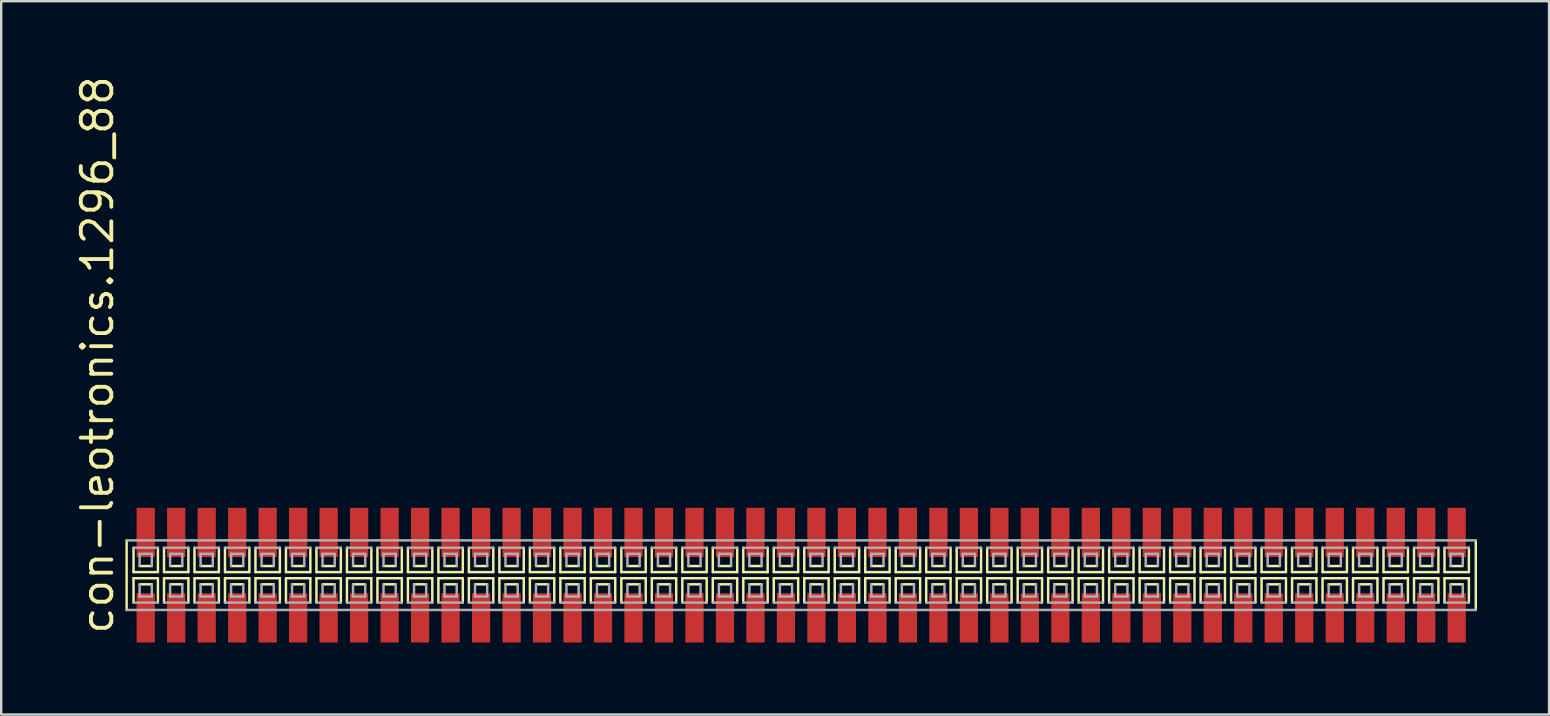
<source format=kicad_pcb>
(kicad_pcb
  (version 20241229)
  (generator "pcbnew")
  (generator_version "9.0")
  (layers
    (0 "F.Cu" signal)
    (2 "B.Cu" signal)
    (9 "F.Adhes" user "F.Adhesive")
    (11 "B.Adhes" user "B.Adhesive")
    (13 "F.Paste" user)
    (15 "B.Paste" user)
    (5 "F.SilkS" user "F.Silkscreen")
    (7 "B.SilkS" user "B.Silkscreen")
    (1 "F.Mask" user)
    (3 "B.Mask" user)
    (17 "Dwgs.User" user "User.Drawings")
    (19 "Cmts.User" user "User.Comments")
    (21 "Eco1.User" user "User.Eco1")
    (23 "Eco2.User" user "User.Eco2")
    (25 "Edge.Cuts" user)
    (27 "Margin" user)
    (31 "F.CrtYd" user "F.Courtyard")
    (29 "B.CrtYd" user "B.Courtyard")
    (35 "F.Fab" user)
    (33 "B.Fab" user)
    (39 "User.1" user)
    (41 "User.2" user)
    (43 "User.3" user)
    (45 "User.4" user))
  (footprint "con-leotronics.1296_88"
    (layer "F.Cu")
    (at 30.325 20.909)
    (property "Reference" "con-leotronics.1296_88" (at -28.575 2.54 90) (layer "F.SilkS") (effects (font (size 1.27 1.27) (thickness 0.16)) (justify left bottom)))
    (attr smd)
    (fp_line (start -28.1 -1.45) (end -28.1 1.45) (stroke (width 0.102) (type default)) (layer "F.SilkS"))
    (fp_line (start -27.813 -1.143) (end -27.813 -0.127) (stroke (width 0.102) (type default)) (layer "F.SilkS"))
    (fp_line (start -27.813 -0.127) (end -26.797 -0.127) (stroke (width 0.102) (type default)) (layer "F.SilkS"))
    (fp_line (start -27.813 0.127) (end -27.813 1.143) (stroke (width 0.102) (type default)) (layer "F.SilkS"))
    (fp_line (start -27.559 -0.381) (end -27.051 -0.381) (stroke (width 0.102) (type default)) (layer "F.SilkS"))
    (fp_line (start -27.051 0.381) (end -27.559 0.381) (stroke (width 0.102) (type default)) (layer "F.SilkS"))
    (fp_line (start -26.797 -0.127) (end -26.797 -1.143) (stroke (width 0.102) (type default)) (layer "F.SilkS"))
    (fp_line (start -26.797 0.127) (end -27.813 0.127) (stroke (width 0.102) (type default)) (layer "F.SilkS"))
    (fp_line (start -26.797 1.143) (end -26.797 0.127) (stroke (width 0.102) (type default)) (layer "F.SilkS"))
    (fp_line (start -26.543 -1.143) (end -26.543 -0.127) (stroke (width 0.102) (type default)) (layer "F.SilkS"))
    (fp_line (start -26.543 -0.127) (end -25.527 -0.127) (stroke (width 0.102) (type default)) (layer "F.SilkS"))
    (fp_line (start -26.543 0.127) (end -26.543 1.143) (stroke (width 0.102) (type default)) (layer "F.SilkS"))
    (fp_line (start -26.289 -0.381) (end -25.781 -0.381) (stroke (width 0.102) (type default)) (layer "F.SilkS"))
    (fp_line (start -25.781 0.381) (end -26.289 0.381) (stroke (width 0.102) (type default)) (layer "F.SilkS"))
    (fp_line (start -25.527 -0.127) (end -25.527 -1.143) (stroke (width 0.102) (type default)) (layer "F.SilkS"))
    (fp_line (start -25.527 0.127) (end -26.543 0.127) (stroke (width 0.102) (type default)) (layer "F.SilkS"))
    (fp_line (start -25.527 1.143) (end -25.527 0.127) (stroke (width 0.102) (type default)) (layer "F.SilkS"))
    (fp_line (start -25.273 -1.143) (end -25.273 -0.127) (stroke (width 0.102) (type default)) (layer "F.SilkS"))
    (fp_line (start -25.273 -0.127) (end -24.257 -0.127) (stroke (width 0.102) (type default)) (layer "F.SilkS"))
    (fp_line (start -25.273 0.127) (end -25.273 1.143) (stroke (width 0.102) (type default)) (layer "F.SilkS"))
    (fp_line (start -25.019 -0.381) (end -24.511 -0.381) (stroke (width 0.102) (type default)) (layer "F.SilkS"))
    (fp_line (start -24.511 0.381) (end -25.019 0.381) (stroke (width 0.102) (type default)) (layer "F.SilkS"))
    (fp_line (start -24.257 -0.127) (end -24.257 -1.143) (stroke (width 0.102) (type default)) (layer "F.SilkS"))
    (fp_line (start -24.257 0.127) (end -25.273 0.127) (stroke (width 0.102) (type default)) (layer "F.SilkS"))
    (fp_line (start -24.257 1.143) (end -24.257 0.127) (stroke (width 0.102) (type default)) (layer "F.SilkS"))
    (fp_line (start -24.003 -1.143) (end -24.003 -0.127) (stroke (width 0.102) (type default)) (layer "F.SilkS"))
    (fp_line (start -24.003 -0.127) (end -22.987 -0.127) (stroke (width 0.102) (type default)) (layer "F.SilkS"))
    (fp_line (start -24.003 0.127) (end -24.003 1.143) (stroke (width 0.102) (type default)) (layer "F.SilkS"))
    (fp_line (start -23.749 -0.381) (end -23.241 -0.381) (stroke (width 0.102) (type default)) (layer "F.SilkS"))
    (fp_line (start -23.241 0.381) (end -23.749 0.381) (stroke (width 0.102) (type default)) (layer "F.SilkS"))
    (fp_line (start -22.987 -0.127) (end -22.987 -1.143) (stroke (width 0.102) (type default)) (layer "F.SilkS"))
    (fp_line (start -22.987 0.127) (end -24.003 0.127) (stroke (width 0.102) (type default)) (layer "F.SilkS"))
    (fp_line (start -22.987 1.143) (end -22.987 0.127) (stroke (width 0.102) (type default)) (layer "F.SilkS"))
    (fp_line (start -22.733 -1.143) (end -22.733 -0.127) (stroke (width 0.102) (type default)) (layer "F.SilkS"))
    (fp_line (start -22.733 -0.127) (end -21.717 -0.127) (stroke (width 0.102) (type default)) (layer "F.SilkS"))
    (fp_line (start -22.733 0.127) (end -22.733 1.143) (stroke (width 0.102) (type default)) (layer "F.SilkS"))
    (fp_line (start -22.479 -0.381) (end -21.971 -0.381) (stroke (width 0.102) (type default)) (layer "F.SilkS"))
    (fp_line (start -21.971 0.381) (end -22.479 0.381) (stroke (width 0.102) (type default)) (layer "F.SilkS"))
    (fp_line (start -21.717 -0.127) (end -21.717 -1.143) (stroke (width 0.102) (type default)) (layer "F.SilkS"))
    (fp_line (start -21.717 0.127) (end -22.733 0.127) (stroke (width 0.102) (type default)) (layer "F.SilkS"))
    (fp_line (start -21.717 1.143) (end -21.717 0.127) (stroke (width 0.102) (type default)) (layer "F.SilkS"))
    (fp_line (start -21.463 -1.143) (end -21.463 -0.127) (stroke (width 0.102) (type default)) (layer "F.SilkS"))
    (fp_line (start -21.463 -0.127) (end -20.447 -0.127) (stroke (width 0.102) (type default)) (layer "F.SilkS"))
    (fp_line (start -21.463 0.127) (end -21.463 1.143) (stroke (width 0.102) (type default)) (layer "F.SilkS"))
    (fp_line (start -21.209 -0.381) (end -20.701 -0.381) (stroke (width 0.102) (type default)) (layer "F.SilkS"))
    (fp_line (start -20.701 0.381) (end -21.209 0.381) (stroke (width 0.102) (type default)) (layer "F.SilkS"))
    (fp_line (start -20.447 -0.127) (end -20.447 -1.143) (stroke (width 0.102) (type default)) (layer "F.SilkS"))
    (fp_line (start -20.447 0.127) (end -21.463 0.127) (stroke (width 0.102) (type default)) (layer "F.SilkS"))
    (fp_line (start -20.447 1.143) (end -20.447 0.127) (stroke (width 0.102) (type default)) (layer "F.SilkS"))
    (fp_line (start -20.193 -1.143) (end -20.193 -0.127) (stroke (width 0.102) (type default)) (layer "F.SilkS"))
    (fp_line (start -20.193 -0.127) (end -19.177 -0.127) (stroke (width 0.102) (type default)) (layer "F.SilkS"))
    (fp_line (start -20.193 0.127) (end -20.193 1.143) (stroke (width 0.102) (type default)) (layer "F.SilkS"))
    (fp_line (start -19.939 -0.381) (end -19.431 -0.381) (stroke (width 0.102) (type default)) (layer "F.SilkS"))
    (fp_line (start -19.431 0.381) (end -19.939 0.381) (stroke (width 0.102) (type default)) (layer "F.SilkS"))
    (fp_line (start -19.177 -0.127) (end -19.177 -1.143) (stroke (width 0.102) (type default)) (layer "F.SilkS"))
    (fp_line (start -19.177 0.127) (end -20.193 0.127) (stroke (width 0.102) (type default)) (layer "F.SilkS"))
    (fp_line (start -19.177 1.143) (end -19.177 0.127) (stroke (width 0.102) (type default)) (layer "F.SilkS"))
    (fp_line (start -18.923 -1.143) (end -18.923 -0.127) (stroke (width 0.102) (type default)) (layer "F.SilkS"))
    (fp_line (start -18.923 -0.127) (end -17.907 -0.127) (stroke (width 0.102) (type default)) (layer "F.SilkS"))
    (fp_line (start -18.923 0.127) (end -18.923 1.143) (stroke (width 0.102) (type default)) (layer "F.SilkS"))
    (fp_line (start -18.669 -0.381) (end -18.161 -0.381) (stroke (width 0.102) (type default)) (layer "F.SilkS"))
    (fp_line (start -18.161 0.381) (end -18.669 0.381) (stroke (width 0.102) (type default)) (layer "F.SilkS"))
    (fp_line (start -17.907 -0.127) (end -17.907 -1.143) (stroke (width 0.102) (type default)) (layer "F.SilkS"))
    (fp_line (start -17.907 0.127) (end -18.923 0.127) (stroke (width 0.102) (type default)) (layer "F.SilkS"))
    (fp_line (start -17.907 1.143) (end -17.907 0.127) (stroke (width 0.102) (type default)) (layer "F.SilkS"))
    (fp_line (start -17.653 -1.143) (end -17.653 -0.127) (stroke (width 0.102) (type default)) (layer "F.SilkS"))
    (fp_line (start -17.653 -0.127) (end -16.637 -0.127) (stroke (width 0.102) (type default)) (layer "F.SilkS"))
    (fp_line (start -17.653 0.127) (end -17.653 1.143) (stroke (width 0.102) (type default)) (layer "F.SilkS"))
    (fp_line (start -17.399 -0.381) (end -16.891 -0.381) (stroke (width 0.102) (type default)) (layer "F.SilkS"))
    (fp_line (start -16.891 0.381) (end -17.399 0.381) (stroke (width 0.102) (type default)) (layer "F.SilkS"))
    (fp_line (start -16.637 -0.127) (end -16.637 -1.143) (stroke (width 0.102) (type default)) (layer "F.SilkS"))
    (fp_line (start -16.637 0.127) (end -17.653 0.127) (stroke (width 0.102) (type default)) (layer "F.SilkS"))
    (fp_line (start -16.637 1.143) (end -16.637 0.127) (stroke (width 0.102) (type default)) (layer "F.SilkS"))
    (fp_line (start -16.383 -1.143) (end -16.383 -0.127) (stroke (width 0.102) (type default)) (layer "F.SilkS"))
    (fp_line (start -16.383 -0.127) (end -15.367 -0.127) (stroke (width 0.102) (type default)) (layer "F.SilkS"))
    (fp_line (start -16.383 0.127) (end -16.383 1.143) (stroke (width 0.102) (type default)) (layer "F.SilkS"))
    (fp_line (start -16.129 -0.381) (end -15.621 -0.381) (stroke (width 0.102) (type default)) (layer "F.SilkS"))
    (fp_line (start -15.621 0.381) (end -16.129 0.381) (stroke (width 0.102) (type default)) (layer "F.SilkS"))
    (fp_line (start -15.367 -0.127) (end -15.367 -1.143) (stroke (width 0.102) (type default)) (layer "F.SilkS"))
    (fp_line (start -15.367 0.127) (end -16.383 0.127) (stroke (width 0.102) (type default)) (layer "F.SilkS"))
    (fp_line (start -15.367 1.143) (end -15.367 0.127) (stroke (width 0.102) (type default)) (layer "F.SilkS"))
    (fp_line (start -15.113 -1.143) (end -15.113 -0.127) (stroke (width 0.102) (type default)) (layer "F.SilkS"))
    (fp_line (start -15.113 -0.127) (end -14.097 -0.127) (stroke (width 0.102) (type default)) (layer "F.SilkS"))
    (fp_line (start -15.113 0.127) (end -15.113 1.143) (stroke (width 0.102) (type default)) (layer "F.SilkS"))
    (fp_line (start -14.859 -0.381) (end -14.351 -0.381) (stroke (width 0.102) (type default)) (layer "F.SilkS"))
    (fp_line (start -14.351 0.381) (end -14.859 0.381) (stroke (width 0.102) (type default)) (layer "F.SilkS"))
    (fp_line (start -14.097 -0.127) (end -14.097 -1.143) (stroke (width 0.102) (type default)) (layer "F.SilkS"))
    (fp_line (start -14.097 0.127) (end -15.113 0.127) (stroke (width 0.102) (type default)) (layer "F.SilkS"))
    (fp_line (start -14.097 1.143) (end -14.097 0.127) (stroke (width 0.102) (type default)) (layer "F.SilkS"))
    (fp_line (start -13.843 -1.143) (end -13.843 -0.127) (stroke (width 0.102) (type default)) (layer "F.SilkS"))
    (fp_line (start -13.843 -0.127) (end -12.827 -0.127) (stroke (width 0.102) (type default)) (layer "F.SilkS"))
    (fp_line (start -13.843 0.127) (end -13.843 1.143) (stroke (width 0.102) (type default)) (layer "F.SilkS"))
    (fp_line (start -13.589 -0.381) (end -13.081 -0.381) (stroke (width 0.102) (type default)) (layer "F.SilkS"))
    (fp_line (start -13.081 0.381) (end -13.589 0.381) (stroke (width 0.102) (type default)) (layer "F.SilkS"))
    (fp_line (start -12.827 -0.127) (end -12.827 -1.143) (stroke (width 0.102) (type default)) (layer "F.SilkS"))
    (fp_line (start -12.827 0.127) (end -13.843 0.127) (stroke (width 0.102) (type default)) (layer "F.SilkS"))
    (fp_line (start -12.827 1.143) (end -12.827 0.127) (stroke (width 0.102) (type default)) (layer "F.SilkS"))
    (fp_line (start -12.573 -1.143) (end -12.573 -0.127) (stroke (width 0.102) (type default)) (layer "F.SilkS"))
    (fp_line (start -12.573 -0.127) (end -11.557 -0.127) (stroke (width 0.102) (type default)) (layer "F.SilkS"))
    (fp_line (start -12.573 0.127) (end -12.573 1.143) (stroke (width 0.102) (type default)) (layer "F.SilkS"))
    (fp_line (start -12.319 -0.381) (end -11.811 -0.381) (stroke (width 0.102) (type default)) (layer "F.SilkS"))
    (fp_line (start -11.811 0.381) (end -12.319 0.381) (stroke (width 0.102) (type default)) (layer "F.SilkS"))
    (fp_line (start -11.557 -0.127) (end -11.557 -1.143) (stroke (width 0.102) (type default)) (layer "F.SilkS"))
    (fp_line (start -11.557 0.127) (end -12.573 0.127) (stroke (width 0.102) (type default)) (layer "F.SilkS"))
    (fp_line (start -11.557 1.143) (end -11.557 0.127) (stroke (width 0.102) (type default)) (layer "F.SilkS"))
    (fp_line (start -11.303 -1.143) (end -11.303 -0.127) (stroke (width 0.102) (type default)) (layer "F.SilkS"))
    (fp_line (start -11.303 -0.127) (end -10.287 -0.127) (stroke (width 0.102) (type default)) (layer "F.SilkS"))
    (fp_line (start -11.303 0.127) (end -11.303 1.143) (stroke (width 0.102) (type default)) (layer "F.SilkS"))
    (fp_line (start -11.049 -0.381) (end -10.541 -0.381) (stroke (width 0.102) (type default)) (layer "F.SilkS"))
    (fp_line (start -10.541 0.381) (end -11.049 0.381) (stroke (width 0.102) (type default)) (layer "F.SilkS"))
    (fp_line (start -10.287 -0.127) (end -10.287 -1.143) (stroke (width 0.102) (type default)) (layer "F.SilkS"))
    (fp_line (start -10.287 0.127) (end -11.303 0.127) (stroke (width 0.102) (type default)) (layer "F.SilkS"))
    (fp_line (start -10.287 1.143) (end -10.287 0.127) (stroke (width 0.102) (type default)) (layer "F.SilkS"))
    (fp_line (start -10.033 -1.143) (end -10.033 -0.127) (stroke (width 0.102) (type default)) (layer "F.SilkS"))
    (fp_line (start -10.033 -0.127) (end -9.017 -0.127) (stroke (width 0.102) (type default)) (layer "F.SilkS"))
    (fp_line (start -10.033 0.127) (end -10.033 1.143) (stroke (width 0.102) (type default)) (layer "F.SilkS"))
    (fp_line (start -9.779 -0.381) (end -9.271 -0.381) (stroke (width 0.102) (type default)) (layer "F.SilkS"))
    (fp_line (start -9.271 0.381) (end -9.779 0.381) (stroke (width 0.102) (type default)) (layer "F.SilkS"))
    (fp_line (start -9.017 -0.127) (end -9.017 -1.143) (stroke (width 0.102) (type default)) (layer "F.SilkS"))
    (fp_line (start -9.017 0.127) (end -10.033 0.127) (stroke (width 0.102) (type default)) (layer "F.SilkS"))
    (fp_line (start -9.017 1.143) (end -9.017 0.127) (stroke (width 0.102) (type default)) (layer "F.SilkS"))
    (fp_line (start -8.763 -1.143) (end -8.763 -0.127) (stroke (width 0.102) (type default)) (layer "F.SilkS"))
    (fp_line (start -8.763 -0.127) (end -7.747 -0.127) (stroke (width 0.102) (type default)) (layer "F.SilkS"))
    (fp_line (start -8.763 0.127) (end -8.763 1.143) (stroke (width 0.102) (type default)) (layer "F.SilkS"))
    (fp_line (start -8.509 -0.381) (end -8.001 -0.381) (stroke (width 0.102) (type default)) (layer "F.SilkS"))
    (fp_line (start -8.001 0.381) (end -8.509 0.381) (stroke (width 0.102) (type default)) (layer "F.SilkS"))
    (fp_line (start -7.747 -0.127) (end -7.747 -1.143) (stroke (width 0.102) (type default)) (layer "F.SilkS"))
    (fp_line (start -7.747 0.127) (end -8.763 0.127) (stroke (width 0.102) (type default)) (layer "F.SilkS"))
    (fp_line (start -7.747 1.143) (end -7.747 0.127) (stroke (width 0.102) (type default)) (layer "F.SilkS"))
    (fp_line (start -7.493 -1.143) (end -7.493 -0.127) (stroke (width 0.102) (type default)) (layer "F.SilkS"))
    (fp_line (start -7.493 -0.127) (end -6.477 -0.127) (stroke (width 0.102) (type default)) (layer "F.SilkS"))
    (fp_line (start -7.493 0.127) (end -7.493 1.143) (stroke (width 0.102) (type default)) (layer "F.SilkS"))
    (fp_line (start -7.239 -0.381) (end -6.731 -0.381) (stroke (width 0.102) (type default)) (layer "F.SilkS"))
    (fp_line (start -6.731 0.381) (end -7.239 0.381) (stroke (width 0.102) (type default)) (layer "F.SilkS"))
    (fp_line (start -6.477 -0.127) (end -6.477 -1.143) (stroke (width 0.102) (type default)) (layer "F.SilkS"))
    (fp_line (start -6.477 0.127) (end -7.493 0.127) (stroke (width 0.102) (type default)) (layer "F.SilkS"))
    (fp_line (start -6.477 1.143) (end -6.477 0.127) (stroke (width 0.102) (type default)) (layer "F.SilkS"))
    (fp_line (start -6.223 -1.143) (end -6.223 -0.127) (stroke (width 0.102) (type default)) (layer "F.SilkS"))
    (fp_line (start -6.223 -0.127) (end -5.207 -0.127) (stroke (width 0.102) (type default)) (layer "F.SilkS"))
    (fp_line (start -6.223 0.127) (end -6.223 1.143) (stroke (width 0.102) (type default)) (layer "F.SilkS"))
    (fp_line (start -5.969 -0.381) (end -5.461 -0.381) (stroke (width 0.102) (type default)) (layer "F.SilkS"))
    (fp_line (start -5.461 0.381) (end -5.969 0.381) (stroke (width 0.102) (type default)) (layer "F.SilkS"))
    (fp_line (start -5.207 -0.127) (end -5.207 -1.143) (stroke (width 0.102) (type default)) (layer "F.SilkS"))
    (fp_line (start -5.207 0.127) (end -6.223 0.127) (stroke (width 0.102) (type default)) (layer "F.SilkS"))
    (fp_line (start -5.207 1.143) (end -5.207 0.127) (stroke (width 0.102) (type default)) (layer "F.SilkS"))
    (fp_line (start -4.953 -1.143) (end -4.953 -0.127) (stroke (width 0.102) (type default)) (layer "F.SilkS"))
    (fp_line (start -4.953 -0.127) (end -3.937 -0.127) (stroke (width 0.102) (type default)) (layer "F.SilkS"))
    (fp_line (start -4.953 0.127) (end -4.953 1.143) (stroke (width 0.102) (type default)) (layer "F.SilkS"))
    (fp_line (start -4.699 -0.381) (end -4.191 -0.381) (stroke (width 0.102) (type default)) (layer "F.SilkS"))
    (fp_line (start -4.191 0.381) (end -4.699 0.381) (stroke (width 0.102) (type default)) (layer "F.SilkS"))
    (fp_line (start -3.937 -0.127) (end -3.937 -1.143) (stroke (width 0.102) (type default)) (layer "F.SilkS"))
    (fp_line (start -3.937 0.127) (end -4.953 0.127) (stroke (width 0.102) (type default)) (layer "F.SilkS"))
    (fp_line (start -3.937 1.143) (end -3.937 0.127) (stroke (width 0.102) (type default)) (layer "F.SilkS"))
    (fp_line (start -3.683 -1.143) (end -3.683 -0.127) (stroke (width 0.102) (type default)) (layer "F.SilkS"))
    (fp_line (start -3.683 -0.127) (end -2.667 -0.127) (stroke (width 0.102) (type default)) (layer "F.SilkS"))
    (fp_line (start -3.683 0.127) (end -3.683 1.143) (stroke (width 0.102) (type default)) (layer "F.SilkS"))
    (fp_line (start -3.429 -0.381) (end -2.921 -0.381) (stroke (width 0.102) (type default)) (layer "F.SilkS"))
    (fp_line (start -2.921 0.381) (end -3.429 0.381) (stroke (width 0.102) (type default)) (layer "F.SilkS"))
    (fp_line (start -2.667 -0.127) (end -2.667 -1.143) (stroke (width 0.102) (type default)) (layer "F.SilkS"))
    (fp_line (start -2.667 0.127) (end -3.683 0.127) (stroke (width 0.102) (type default)) (layer "F.SilkS"))
    (fp_line (start -2.667 1.143) (end -2.667 0.127) (stroke (width 0.102) (type default)) (layer "F.SilkS"))
    (fp_line (start -2.413 -1.143) (end -2.413 -0.127) (stroke (width 0.102) (type default)) (layer "F.SilkS"))
    (fp_line (start -2.413 -0.127) (end -1.397 -0.127) (stroke (width 0.102) (type default)) (layer "F.SilkS"))
    (fp_line (start -2.413 0.127) (end -2.413 1.143) (stroke (width 0.102) (type default)) (layer "F.SilkS"))
    (fp_line (start -2.159 -0.381) (end -1.651 -0.381) (stroke (width 0.102) (type default)) (layer "F.SilkS"))
    (fp_line (start -1.651 0.381) (end -2.159 0.381) (stroke (width 0.102) (type default)) (layer "F.SilkS"))
    (fp_line (start -1.397 -0.127) (end -1.397 -1.143) (stroke (width 0.102) (type default)) (layer "F.SilkS"))
    (fp_line (start -1.397 0.127) (end -2.413 0.127) (stroke (width 0.102) (type default)) (layer "F.SilkS"))
    (fp_line (start -1.397 1.143) (end -1.397 0.127) (stroke (width 0.102) (type default)) (layer "F.SilkS"))
    (fp_line (start -1.143 -1.143) (end -1.143 -0.127) (stroke (width 0.102) (type default)) (layer "F.SilkS"))
    (fp_line (start -1.143 -0.127) (end -0.127 -0.127) (stroke (width 0.102) (type default)) (layer "F.SilkS"))
    (fp_line (start -1.143 0.127) (end -1.143 1.143) (stroke (width 0.102) (type default)) (layer "F.SilkS"))
    (fp_line (start -0.889 -0.381) (end -0.381 -0.381) (stroke (width 0.102) (type default)) (layer "F.SilkS"))
    (fp_line (start -0.381 0.381) (end -0.889 0.381) (stroke (width 0.102) (type default)) (layer "F.SilkS"))
    (fp_line (start -0.127 -0.127) (end -0.127 -1.143) (stroke (width 0.102) (type default)) (layer "F.SilkS"))
    (fp_line (start -0.127 0.127) (end -1.143 0.127) (stroke (width 0.102) (type default)) (layer "F.SilkS"))
    (fp_line (start -0.127 1.143) (end -0.127 0.127) (stroke (width 0.102) (type default)) (layer "F.SilkS"))
    (fp_line (start 0.127 -1.143) (end 0.127 -0.127) (stroke (width 0.102) (type default)) (layer "F.SilkS"))
    (fp_line (start 0.127 -0.127) (end 1.143 -0.127) (stroke (width 0.102) (type default)) (layer "F.SilkS"))
    (fp_line (start 0.127 0.127) (end 0.127 1.143) (stroke (width 0.102) (type default)) (layer "F.SilkS"))
    (fp_line (start 0.381 -0.381) (end 0.889 -0.381) (stroke (width 0.102) (type default)) (layer "F.SilkS"))
    (fp_line (start 0.889 0.381) (end 0.381 0.381) (stroke (width 0.102) (type default)) (layer "F.SilkS"))
    (fp_line (start 1.143 -0.127) (end 1.143 -1.143) (stroke (width 0.102) (type default)) (layer "F.SilkS"))
    (fp_line (start 1.143 0.127) (end 0.127 0.127) (stroke (width 0.102) (type default)) (layer "F.SilkS"))
    (fp_line (start 1.143 1.143) (end 1.143 0.127) (stroke (width 0.102) (type default)) (layer "F.SilkS"))
    (fp_line (start 1.397 -1.143) (end 1.397 -0.127) (stroke (width 0.102) (type default)) (layer "F.SilkS"))
    (fp_line (start 1.397 -0.127) (end 2.413 -0.127) (stroke (width 0.102) (type default)) (layer "F.SilkS"))
    (fp_line (start 1.397 0.127) (end 1.397 1.143) (stroke (width 0.102) (type default)) (layer "F.SilkS"))
    (fp_line (start 1.651 -0.381) (end 2.159 -0.381) (stroke (width 0.102) (type default)) (layer "F.SilkS"))
    (fp_line (start 2.159 0.381) (end 1.651 0.381) (stroke (width 0.102) (type default)) (layer "F.SilkS"))
    (fp_line (start 2.413 -0.127) (end 2.413 -1.143) (stroke (width 0.102) (type default)) (layer "F.SilkS"))
    (fp_line (start 2.413 0.127) (end 1.397 0.127) (stroke (width 0.102) (type default)) (layer "F.SilkS"))
    (fp_line (start 2.413 1.143) (end 2.413 0.127) (stroke (width 0.102) (type default)) (layer "F.SilkS"))
    (fp_line (start 2.667 -1.143) (end 2.667 -0.127) (stroke (width 0.102) (type default)) (layer "F.SilkS"))
    (fp_line (start 2.667 -0.127) (end 3.683 -0.127) (stroke (width 0.102) (type default)) (layer "F.SilkS"))
    (fp_line (start 2.667 0.127) (end 2.667 1.143) (stroke (width 0.102) (type default)) (layer "F.SilkS"))
    (fp_line (start 2.921 -0.381) (end 3.429 -0.381) (stroke (width 0.102) (type default)) (layer "F.SilkS"))
    (fp_line (start 3.429 0.381) (end 2.921 0.381) (stroke (width 0.102) (type default)) (layer "F.SilkS"))
    (fp_line (start 3.683 -0.127) (end 3.683 -1.143) (stroke (width 0.102) (type default)) (layer "F.SilkS"))
    (fp_line (start 3.683 0.127) (end 2.667 0.127) (stroke (width 0.102) (type default)) (layer "F.SilkS"))
    (fp_line (start 3.683 1.143) (end 3.683 0.127) (stroke (width 0.102) (type default)) (layer "F.SilkS"))
    (fp_line (start 3.937 -1.143) (end 3.937 -0.127) (stroke (width 0.102) (type default)) (layer "F.SilkS"))
    (fp_line (start 3.937 -0.127) (end 4.953 -0.127) (stroke (width 0.102) (type default)) (layer "F.SilkS"))
    (fp_line (start 3.937 0.127) (end 3.937 1.143) (stroke (width 0.102) (type default)) (layer "F.SilkS"))
    (fp_line (start 4.191 -0.381) (end 4.699 -0.381) (stroke (width 0.102) (type default)) (layer "F.SilkS"))
    (fp_line (start 4.699 0.381) (end 4.191 0.381) (stroke (width 0.102) (type default)) (layer "F.SilkS"))
    (fp_line (start 4.953 -0.127) (end 4.953 -1.143) (stroke (width 0.102) (type default)) (layer "F.SilkS"))
    (fp_line (start 4.953 0.127) (end 3.937 0.127) (stroke (width 0.102) (type default)) (layer "F.SilkS"))
    (fp_line (start 4.953 1.143) (end 4.953 0.127) (stroke (width 0.102) (type default)) (layer "F.SilkS"))
    (fp_line (start 5.207 -1.143) (end 5.207 -0.127) (stroke (width 0.102) (type default)) (layer "F.SilkS"))
    (fp_line (start 5.207 -0.127) (end 6.223 -0.127) (stroke (width 0.102) (type default)) (layer "F.SilkS"))
    (fp_line (start 5.207 0.127) (end 5.207 1.143) (stroke (width 0.102) (type default)) (layer "F.SilkS"))
    (fp_line (start 5.461 -0.381) (end 5.969 -0.381) (stroke (width 0.102) (type default)) (layer "F.SilkS"))
    (fp_line (start 5.969 0.381) (end 5.461 0.381) (stroke (width 0.102) (type default)) (layer "F.SilkS"))
    (fp_line (start 6.223 -0.127) (end 6.223 -1.143) (stroke (width 0.102) (type default)) (layer "F.SilkS"))
    (fp_line (start 6.223 0.127) (end 5.207 0.127) (stroke (width 0.102) (type default)) (layer "F.SilkS"))
    (fp_line (start 6.223 1.143) (end 6.223 0.127) (stroke (width 0.102) (type default)) (layer "F.SilkS"))
    (fp_line (start 6.477 -1.143) (end 6.477 -0.127) (stroke (width 0.102) (type default)) (layer "F.SilkS"))
    (fp_line (start 6.477 -0.127) (end 7.493 -0.127) (stroke (width 0.102) (type default)) (layer "F.SilkS"))
    (fp_line (start 6.477 0.127) (end 6.477 1.143) (stroke (width 0.102) (type default)) (layer "F.SilkS"))
    (fp_line (start 6.731 -0.381) (end 7.239 -0.381) (stroke (width 0.102) (type default)) (layer "F.SilkS"))
    (fp_line (start 7.239 0.381) (end 6.731 0.381) (stroke (width 0.102) (type default)) (layer "F.SilkS"))
    (fp_line (start 7.493 -0.127) (end 7.493 -1.143) (stroke (width 0.102) (type default)) (layer "F.SilkS"))
    (fp_line (start 7.493 0.127) (end 6.477 0.127) (stroke (width 0.102) (type default)) (layer "F.SilkS"))
    (fp_line (start 7.493 1.143) (end 7.493 0.127) (stroke (width 0.102) (type default)) (layer "F.SilkS"))
    (fp_line (start 7.747 -1.143) (end 7.747 -0.127) (stroke (width 0.102) (type default)) (layer "F.SilkS"))
    (fp_line (start 7.747 -0.127) (end 8.763 -0.127) (stroke (width 0.102) (type default)) (layer "F.SilkS"))
    (fp_line (start 7.747 0.127) (end 7.747 1.143) (stroke (width 0.102) (type default)) (layer "F.SilkS"))
    (fp_line (start 8.001 -0.381) (end 8.509 -0.381) (stroke (width 0.102) (type default)) (layer "F.SilkS"))
    (fp_line (start 8.509 0.381) (end 8.001 0.381) (stroke (width 0.102) (type default)) (layer "F.SilkS"))
    (fp_line (start 8.763 -0.127) (end 8.763 -1.143) (stroke (width 0.102) (type default)) (layer "F.SilkS"))
    (fp_line (start 8.763 0.127) (end 7.747 0.127) (stroke (width 0.102) (type default)) (layer "F.SilkS"))
    (fp_line (start 8.763 1.143) (end 8.763 0.127) (stroke (width 0.102) (type default)) (layer "F.SilkS"))
    (fp_line (start 9.017 -1.143) (end 9.017 -0.127) (stroke (width 0.102) (type default)) (layer "F.SilkS"))
    (fp_line (start 9.017 -0.127) (end 10.033 -0.127) (stroke (width 0.102) (type default)) (layer "F.SilkS"))
    (fp_line (start 9.017 0.127) (end 9.017 1.143) (stroke (width 0.102) (type default)) (layer "F.SilkS"))
    (fp_line (start 9.271 -0.381) (end 9.779 -0.381) (stroke (width 0.102) (type default)) (layer "F.SilkS"))
    (fp_line (start 9.779 0.381) (end 9.271 0.381) (stroke (width 0.102) (type default)) (layer "F.SilkS"))
    (fp_line (start 10.033 -0.127) (end 10.033 -1.143) (stroke (width 0.102) (type default)) (layer "F.SilkS"))
    (fp_line (start 10.033 0.127) (end 9.017 0.127) (stroke (width 0.102) (type default)) (layer "F.SilkS"))
    (fp_line (start 10.033 1.143) (end 10.033 0.127) (stroke (width 0.102) (type default)) (layer "F.SilkS"))
    (fp_line (start 10.287 -1.143) (end 10.287 -0.127) (stroke (width 0.102) (type default)) (layer "F.SilkS"))
    (fp_line (start 10.287 -0.127) (end 11.303 -0.127) (stroke (width 0.102) (type default)) (layer "F.SilkS"))
    (fp_line (start 10.287 0.127) (end 10.287 1.143) (stroke (width 0.102) (type default)) (layer "F.SilkS"))
    (fp_line (start 10.541 -0.381) (end 11.049 -0.381) (stroke (width 0.102) (type default)) (layer "F.SilkS"))
    (fp_line (start 11.049 0.381) (end 10.541 0.381) (stroke (width 0.102) (type default)) (layer "F.SilkS"))
    (fp_line (start 11.303 -0.127) (end 11.303 -1.143) (stroke (width 0.102) (type default)) (layer "F.SilkS"))
    (fp_line (start 11.303 0.127) (end 10.287 0.127) (stroke (width 0.102) (type default)) (layer "F.SilkS"))
    (fp_line (start 11.303 1.143) (end 11.303 0.127) (stroke (width 0.102) (type default)) (layer "F.SilkS"))
    (fp_line (start 11.557 -1.143) (end 11.557 -0.127) (stroke (width 0.102) (type default)) (layer "F.SilkS"))
    (fp_line (start 11.557 -0.127) (end 12.573 -0.127) (stroke (width 0.102) (type default)) (layer "F.SilkS"))
    (fp_line (start 11.557 0.127) (end 11.557 1.143) (stroke (width 0.102) (type default)) (layer "F.SilkS"))
    (fp_line (start 11.811 -0.381) (end 12.319 -0.381) (stroke (width 0.102) (type default)) (layer "F.SilkS"))
    (fp_line (start 12.319 0.381) (end 11.811 0.381) (stroke (width 0.102) (type default)) (layer "F.SilkS"))
    (fp_line (start 12.573 -0.127) (end 12.573 -1.143) (stroke (width 0.102) (type default)) (layer "F.SilkS"))
    (fp_line (start 12.573 0.127) (end 11.557 0.127) (stroke (width 0.102) (type default)) (layer "F.SilkS"))
    (fp_line (start 12.573 1.143) (end 12.573 0.127) (stroke (width 0.102) (type default)) (layer "F.SilkS"))
    (fp_line (start 12.827 -1.143) (end 12.827 -0.127) (stroke (width 0.102) (type default)) (layer "F.SilkS"))
    (fp_line (start 12.827 -0.127) (end 13.843 -0.127) (stroke (width 0.102) (type default)) (layer "F.SilkS"))
    (fp_line (start 12.827 0.127) (end 12.827 1.143) (stroke (width 0.102) (type default)) (layer "F.SilkS"))
    (fp_line (start 13.081 -0.381) (end 13.589 -0.381) (stroke (width 0.102) (type default)) (layer "F.SilkS"))
    (fp_line (start 13.589 0.381) (end 13.081 0.381) (stroke (width 0.102) (type default)) (layer "F.SilkS"))
    (fp_line (start 13.843 -0.127) (end 13.843 -1.143) (stroke (width 0.102) (type default)) (layer "F.SilkS"))
    (fp_line (start 13.843 0.127) (end 12.827 0.127) (stroke (width 0.102) (type default)) (layer "F.SilkS"))
    (fp_line (start 13.843 1.143) (end 13.843 0.127) (stroke (width 0.102) (type default)) (layer "F.SilkS"))
    (fp_line (start 14.097 -1.143) (end 14.097 -0.127) (stroke (width 0.102) (type default)) (layer "F.SilkS"))
    (fp_line (start 14.097 -0.127) (end 15.113 -0.127) (stroke (width 0.102) (type default)) (layer "F.SilkS"))
    (fp_line (start 14.097 0.127) (end 14.097 1.143) (stroke (width 0.102) (type default)) (layer "F.SilkS"))
    (fp_line (start 14.351 -0.381) (end 14.859 -0.381) (stroke (width 0.102) (type default)) (layer "F.SilkS"))
    (fp_line (start 14.859 0.381) (end 14.351 0.381) (stroke (width 0.102) (type default)) (layer "F.SilkS"))
    (fp_line (start 15.113 -0.127) (end 15.113 -1.143) (stroke (width 0.102) (type default)) (layer "F.SilkS"))
    (fp_line (start 15.113 0.127) (end 14.097 0.127) (stroke (width 0.102) (type default)) (layer "F.SilkS"))
    (fp_line (start 15.113 1.143) (end 15.113 0.127) (stroke (width 0.102) (type default)) (layer "F.SilkS"))
    (fp_line (start 15.367 -1.143) (end 15.367 -0.127) (stroke (width 0.102) (type default)) (layer "F.SilkS"))
    (fp_line (start 15.367 -0.127) (end 16.383 -0.127) (stroke (width 0.102) (type default)) (layer "F.SilkS"))
    (fp_line (start 15.367 0.127) (end 15.367 1.143) (stroke (width 0.102) (type default)) (layer "F.SilkS"))
    (fp_line (start 15.621 -0.381) (end 16.129 -0.381) (stroke (width 0.102) (type default)) (layer "F.SilkS"))
    (fp_line (start 16.129 0.381) (end 15.621 0.381) (stroke (width 0.102) (type default)) (layer "F.SilkS"))
    (fp_line (start 16.383 -0.127) (end 16.383 -1.143) (stroke (width 0.102) (type default)) (layer "F.SilkS"))
    (fp_line (start 16.383 0.127) (end 15.367 0.127) (stroke (width 0.102) (type default)) (layer "F.SilkS"))
    (fp_line (start 16.383 1.143) (end 16.383 0.127) (stroke (width 0.102) (type default)) (layer "F.SilkS"))
    (fp_line (start 16.637 -1.143) (end 16.637 -0.127) (stroke (width 0.102) (type default)) (layer "F.SilkS"))
    (fp_line (start 16.637 -0.127) (end 17.653 -0.127) (stroke (width 0.102) (type default)) (layer "F.SilkS"))
    (fp_line (start 16.637 0.127) (end 16.637 1.143) (stroke (width 0.102) (type default)) (layer "F.SilkS"))
    (fp_line (start 16.891 -0.381) (end 17.399 -0.381) (stroke (width 0.102) (type default)) (layer "F.SilkS"))
    (fp_line (start 17.399 0.381) (end 16.891 0.381) (stroke (width 0.102) (type default)) (layer "F.SilkS"))
    (fp_line (start 17.653 -0.127) (end 17.653 -1.143) (stroke (width 0.102) (type default)) (layer "F.SilkS"))
    (fp_line (start 17.653 0.127) (end 16.637 0.127) (stroke (width 0.102) (type default)) (layer "F.SilkS"))
    (fp_line (start 17.653 1.143) (end 17.653 0.127) (stroke (width 0.102) (type default)) (layer "F.SilkS"))
    (fp_line (start 17.907 -1.143) (end 17.907 -0.127) (stroke (width 0.102) (type default)) (layer "F.SilkS"))
    (fp_line (start 17.907 -0.127) (end 18.923 -0.127) (stroke (width 0.102) (type default)) (layer "F.SilkS"))
    (fp_line (start 17.907 0.127) (end 17.907 1.143) (stroke (width 0.102) (type default)) (layer "F.SilkS"))
    (fp_line (start 18.161 -0.381) (end 18.669 -0.381) (stroke (width 0.102) (type default)) (layer "F.SilkS"))
    (fp_line (start 18.669 0.381) (end 18.161 0.381) (stroke (width 0.102) (type default)) (layer "F.SilkS"))
    (fp_line (start 18.923 -0.127) (end 18.923 -1.143) (stroke (width 0.102) (type default)) (layer "F.SilkS"))
    (fp_line (start 18.923 0.127) (end 17.907 0.127) (stroke (width 0.102) (type default)) (layer "F.SilkS"))
    (fp_line (start 18.923 1.143) (end 18.923 0.127) (stroke (width 0.102) (type default)) (layer "F.SilkS"))
    (fp_line (start 19.177 -1.143) (end 19.177 -0.127) (stroke (width 0.102) (type default)) (layer "F.SilkS"))
    (fp_line (start 19.177 -0.127) (end 20.193 -0.127) (stroke (width 0.102) (type default)) (layer "F.SilkS"))
    (fp_line (start 19.177 0.127) (end 19.177 1.143) (stroke (width 0.102) (type default)) (layer "F.SilkS"))
    (fp_line (start 19.431 -0.381) (end 19.939 -0.381) (stroke (width 0.102) (type default)) (layer "F.SilkS"))
    (fp_line (start 19.939 0.381) (end 19.431 0.381) (stroke (width 0.102) (type default)) (layer "F.SilkS"))
    (fp_line (start 20.193 -0.127) (end 20.193 -1.143) (stroke (width 0.102) (type default)) (layer "F.SilkS"))
    (fp_line (start 20.193 0.127) (end 19.177 0.127) (stroke (width 0.102) (type default)) (layer "F.SilkS"))
    (fp_line (start 20.193 1.143) (end 20.193 0.127) (stroke (width 0.102) (type default)) (layer "F.SilkS"))
    (fp_line (start 20.447 -1.143) (end 20.447 -0.127) (stroke (width 0.102) (type default)) (layer "F.SilkS"))
    (fp_line (start 20.447 -0.127) (end 21.463 -0.127) (stroke (width 0.102) (type default)) (layer "F.SilkS"))
    (fp_line (start 20.447 0.127) (end 20.447 1.143) (stroke (width 0.102) (type default)) (layer "F.SilkS"))
    (fp_line (start 20.701 -0.381) (end 21.209 -0.381) (stroke (width 0.102) (type default)) (layer "F.SilkS"))
    (fp_line (start 21.209 0.381) (end 20.701 0.381) (stroke (width 0.102) (type default)) (layer "F.SilkS"))
    (fp_line (start 21.463 -0.127) (end 21.463 -1.143) (stroke (width 0.102) (type default)) (layer "F.SilkS"))
    (fp_line (start 21.463 0.127) (end 20.447 0.127) (stroke (width 0.102) (type default)) (layer "F.SilkS"))
    (fp_line (start 21.463 1.143) (end 21.463 0.127) (stroke (width 0.102) (type default)) (layer "F.SilkS"))
    (fp_line (start 21.717 -1.143) (end 21.717 -0.127) (stroke (width 0.102) (type default)) (layer "F.SilkS"))
    (fp_line (start 21.717 -0.127) (end 22.733 -0.127) (stroke (width 0.102) (type default)) (layer "F.SilkS"))
    (fp_line (start 21.717 0.127) (end 21.717 1.143) (stroke (width 0.102) (type default)) (layer "F.SilkS"))
    (fp_line (start 21.971 -0.381) (end 22.479 -0.381) (stroke (width 0.102) (type default)) (layer "F.SilkS"))
    (fp_line (start 22.479 0.381) (end 21.971 0.381) (stroke (width 0.102) (type default)) (layer "F.SilkS"))
    (fp_line (start 22.733 -0.127) (end 22.733 -1.143) (stroke (width 0.102) (type default)) (layer "F.SilkS"))
    (fp_line (start 22.733 0.127) (end 21.717 0.127) (stroke (width 0.102) (type default)) (layer "F.SilkS"))
    (fp_line (start 22.733 1.143) (end 22.733 0.127) (stroke (width 0.102) (type default)) (layer "F.SilkS"))
    (fp_line (start 22.987 -1.143) (end 22.987 -0.127) (stroke (width 0.102) (type default)) (layer "F.SilkS"))
    (fp_line (start 22.987 -0.127) (end 24.003 -0.127) (stroke (width 0.102) (type default)) (layer "F.SilkS"))
    (fp_line (start 22.987 0.127) (end 22.987 1.143) (stroke (width 0.102) (type default)) (layer "F.SilkS"))
    (fp_line (start 23.241 -0.381) (end 23.749 -0.381) (stroke (width 0.102) (type default)) (layer "F.SilkS"))
    (fp_line (start 23.749 0.381) (end 23.241 0.381) (stroke (width 0.102) (type default)) (layer "F.SilkS"))
    (fp_line (start 24.003 -0.127) (end 24.003 -1.143) (stroke (width 0.102) (type default)) (layer "F.SilkS"))
    (fp_line (start 24.003 0.127) (end 22.987 0.127) (stroke (width 0.102) (type default)) (layer "F.SilkS"))
    (fp_line (start 24.003 1.143) (end 24.003 0.127) (stroke (width 0.102) (type default)) (layer "F.SilkS"))
    (fp_line (start 24.257 -1.143) (end 24.257 -0.127) (stroke (width 0.102) (type default)) (layer "F.SilkS"))
    (fp_line (start 24.257 -0.127) (end 25.273 -0.127) (stroke (width 0.102) (type default)) (layer "F.SilkS"))
    (fp_line (start 24.257 0.127) (end 24.257 1.143) (stroke (width 0.102) (type default)) (layer "F.SilkS"))
    (fp_line (start 24.511 -0.381) (end 25.019 -0.381) (stroke (width 0.102) (type default)) (layer "F.SilkS"))
    (fp_line (start 25.019 0.381) (end 24.511 0.381) (stroke (width 0.102) (type default)) (layer "F.SilkS"))
    (fp_line (start 25.273 -0.127) (end 25.273 -1.143) (stroke (width 0.102) (type default)) (layer "F.SilkS"))
    (fp_line (start 25.273 0.127) (end 24.257 0.127) (stroke (width 0.102) (type default)) (layer "F.SilkS"))
    (fp_line (start 25.273 1.143) (end 25.273 0.127) (stroke (width 0.102) (type default)) (layer "F.SilkS"))
    (fp_line (start 25.527 -1.143) (end 25.527 -0.127) (stroke (width 0.102) (type default)) (layer "F.SilkS"))
    (fp_line (start 25.527 -0.127) (end 26.543 -0.127) (stroke (width 0.102) (type default)) (layer "F.SilkS"))
    (fp_line (start 25.527 0.127) (end 25.527 1.143) (stroke (width 0.102) (type default)) (layer "F.SilkS"))
    (fp_line (start 25.781 -0.381) (end 26.289 -0.381) (stroke (width 0.102) (type default)) (layer "F.SilkS"))
    (fp_line (start 26.289 0.381) (end 25.781 0.381) (stroke (width 0.102) (type default)) (layer "F.SilkS"))
    (fp_line (start 26.543 -0.127) (end 26.543 -1.143) (stroke (width 0.102) (type default)) (layer "F.SilkS"))
    (fp_line (start 26.543 0.127) (end 25.527 0.127) (stroke (width 0.102) (type default)) (layer "F.SilkS"))
    (fp_line (start 26.543 1.143) (end 26.543 0.127) (stroke (width 0.102) (type default)) (layer "F.SilkS"))
    (fp_line (start 26.797 -1.143) (end 26.797 -0.127) (stroke (width 0.102) (type default)) (layer "F.SilkS"))
    (fp_line (start 26.797 -0.127) (end 27.813 -0.127) (stroke (width 0.102) (type default)) (layer "F.SilkS"))
    (fp_line (start 26.797 0.127) (end 26.797 1.143) (stroke (width 0.102) (type default)) (layer "F.SilkS"))
    (fp_line (start 27.051 -0.381) (end 27.559 -0.381) (stroke (width 0.102) (type default)) (layer "F.SilkS"))
    (fp_line (start 27.559 0.381) (end 27.051 0.381) (stroke (width 0.102) (type default)) (layer "F.SilkS"))
    (fp_line (start 27.813 -0.127) (end 27.813 -1.143) (stroke (width 0.102) (type default)) (layer "F.SilkS"))
    (fp_line (start 27.813 0.127) (end 26.797 0.127) (stroke (width 0.102) (type default)) (layer "F.SilkS"))
    (fp_line (start 27.813 1.143) (end 27.813 0.127) (stroke (width 0.102) (type default)) (layer "F.SilkS"))
    (fp_line (start 28.1 1.45) (end 28.1 -1.45) (stroke (width 0.102) (type default)) (layer "F.SilkS"))
    (fp_line (start -28.1 1.45) (end 28.1 1.45) (stroke (width 0.102) (type default)) (layer "F.Fab"))
    (fp_line (start -27.813 1.143) (end -26.797 1.143) (stroke (width 0.102) (type default)) (layer "F.Fab"))
    (fp_line (start -27.559 -0.889) (end -27.559 -0.381) (stroke (width 0.102) (type default)) (layer "F.Fab"))
    (fp_line (start -27.559 0.381) (end -27.559 0.889) (stroke (width 0.102) (type default)) (layer "F.Fab"))
    (fp_line (start -27.559 0.889) (end -27.051 0.889) (stroke (width 0.102) (type default)) (layer "F.Fab"))
    (fp_line (start -27.051 -0.889) (end -27.559 -0.889) (stroke (width 0.102) (type default)) (layer "F.Fab"))
    (fp_line (start -27.051 -0.381) (end -27.051 -0.889) (stroke (width 0.102) (type default)) (layer "F.Fab"))
    (fp_line (start -27.051 0.889) (end -27.051 0.381) (stroke (width 0.102) (type default)) (layer "F.Fab"))
    (fp_line (start -26.797 -1.143) (end -27.813 -1.143) (stroke (width 0.102) (type default)) (layer "F.Fab"))
    (fp_line (start -26.543 1.143) (end -25.527 1.143) (stroke (width 0.102) (type default)) (layer "F.Fab"))
    (fp_line (start -26.289 -0.889) (end -26.289 -0.381) (stroke (width 0.102) (type default)) (layer "F.Fab"))
    (fp_line (start -26.289 0.381) (end -26.289 0.889) (stroke (width 0.102) (type default)) (layer "F.Fab"))
    (fp_line (start -26.289 0.889) (end -25.781 0.889) (stroke (width 0.102) (type default)) (layer "F.Fab"))
    (fp_line (start -25.781 -0.889) (end -26.289 -0.889) (stroke (width 0.102) (type default)) (layer "F.Fab"))
    (fp_line (start -25.781 -0.381) (end -25.781 -0.889) (stroke (width 0.102) (type default)) (layer "F.Fab"))
    (fp_line (start -25.781 0.889) (end -25.781 0.381) (stroke (width 0.102) (type default)) (layer "F.Fab"))
    (fp_line (start -25.527 -1.143) (end -26.543 -1.143) (stroke (width 0.102) (type default)) (layer "F.Fab"))
    (fp_line (start -25.273 1.143) (end -24.257 1.143) (stroke (width 0.102) (type default)) (layer "F.Fab"))
    (fp_line (start -25.019 -0.889) (end -25.019 -0.381) (stroke (width 0.102) (type default)) (layer "F.Fab"))
    (fp_line (start -25.019 0.381) (end -25.019 0.889) (stroke (width 0.102) (type default)) (layer "F.Fab"))
    (fp_line (start -25.019 0.889) (end -24.511 0.889) (stroke (width 0.102) (type default)) (layer "F.Fab"))
    (fp_line (start -24.511 -0.889) (end -25.019 -0.889) (stroke (width 0.102) (type default)) (layer "F.Fab"))
    (fp_line (start -24.511 -0.381) (end -24.511 -0.889) (stroke (width 0.102) (type default)) (layer "F.Fab"))
    (fp_line (start -24.511 0.889) (end -24.511 0.381) (stroke (width 0.102) (type default)) (layer "F.Fab"))
    (fp_line (start -24.257 -1.143) (end -25.273 -1.143) (stroke (width 0.102) (type default)) (layer "F.Fab"))
    (fp_line (start -24.003 1.143) (end -22.987 1.143) (stroke (width 0.102) (type default)) (layer "F.Fab"))
    (fp_line (start -23.749 -0.889) (end -23.749 -0.381) (stroke (width 0.102) (type default)) (layer "F.Fab"))
    (fp_line (start -23.749 0.381) (end -23.749 0.889) (stroke (width 0.102) (type default)) (layer "F.Fab"))
    (fp_line (start -23.749 0.889) (end -23.241 0.889) (stroke (width 0.102) (type default)) (layer "F.Fab"))
    (fp_line (start -23.241 -0.889) (end -23.749 -0.889) (stroke (width 0.102) (type default)) (layer "F.Fab"))
    (fp_line (start -23.241 -0.381) (end -23.241 -0.889) (stroke (width 0.102) (type default)) (layer "F.Fab"))
    (fp_line (start -23.241 0.889) (end -23.241 0.381) (stroke (width 0.102) (type default)) (layer "F.Fab"))
    (fp_line (start -22.987 -1.143) (end -24.003 -1.143) (stroke (width 0.102) (type default)) (layer "F.Fab"))
    (fp_line (start -22.733 1.143) (end -21.717 1.143) (stroke (width 0.102) (type default)) (layer "F.Fab"))
    (fp_line (start -22.479 -0.889) (end -22.479 -0.381) (stroke (width 0.102) (type default)) (layer "F.Fab"))
    (fp_line (start -22.479 0.381) (end -22.479 0.889) (stroke (width 0.102) (type default)) (layer "F.Fab"))
    (fp_line (start -22.479 0.889) (end -21.971 0.889) (stroke (width 0.102) (type default)) (layer "F.Fab"))
    (fp_line (start -21.971 -0.889) (end -22.479 -0.889) (stroke (width 0.102) (type default)) (layer "F.Fab"))
    (fp_line (start -21.971 -0.381) (end -21.971 -0.889) (stroke (width 0.102) (type default)) (layer "F.Fab"))
    (fp_line (start -21.971 0.889) (end -21.971 0.381) (stroke (width 0.102) (type default)) (layer "F.Fab"))
    (fp_line (start -21.717 -1.143) (end -22.733 -1.143) (stroke (width 0.102) (type default)) (layer "F.Fab"))
    (fp_line (start -21.463 1.143) (end -20.447 1.143) (stroke (width 0.102) (type default)) (layer "F.Fab"))
    (fp_line (start -21.209 -0.889) (end -21.209 -0.381) (stroke (width 0.102) (type default)) (layer "F.Fab"))
    (fp_line (start -21.209 0.381) (end -21.209 0.889) (stroke (width 0.102) (type default)) (layer "F.Fab"))
    (fp_line (start -21.209 0.889) (end -20.701 0.889) (stroke (width 0.102) (type default)) (layer "F.Fab"))
    (fp_line (start -20.701 -0.889) (end -21.209 -0.889) (stroke (width 0.102) (type default)) (layer "F.Fab"))
    (fp_line (start -20.701 -0.381) (end -20.701 -0.889) (stroke (width 0.102) (type default)) (layer "F.Fab"))
    (fp_line (start -20.701 0.889) (end -20.701 0.381) (stroke (width 0.102) (type default)) (layer "F.Fab"))
    (fp_line (start -20.447 -1.143) (end -21.463 -1.143) (stroke (width 0.102) (type default)) (layer "F.Fab"))
    (fp_line (start -20.193 1.143) (end -19.177 1.143) (stroke (width 0.102) (type default)) (layer "F.Fab"))
    (fp_line (start -19.939 -0.889) (end -19.939 -0.381) (stroke (width 0.102) (type default)) (layer "F.Fab"))
    (fp_line (start -19.939 0.381) (end -19.939 0.889) (stroke (width 0.102) (type default)) (layer "F.Fab"))
    (fp_line (start -19.939 0.889) (end -19.431 0.889) (stroke (width 0.102) (type default)) (layer "F.Fab"))
    (fp_line (start -19.431 -0.889) (end -19.939 -0.889) (stroke (width 0.102) (type default)) (layer "F.Fab"))
    (fp_line (start -19.431 -0.381) (end -19.431 -0.889) (stroke (width 0.102) (type default)) (layer "F.Fab"))
    (fp_line (start -19.431 0.889) (end -19.431 0.381) (stroke (width 0.102) (type default)) (layer "F.Fab"))
    (fp_line (start -19.177 -1.143) (end -20.193 -1.143) (stroke (width 0.102) (type default)) (layer "F.Fab"))
    (fp_line (start -18.923 1.143) (end -17.907 1.143) (stroke (width 0.102) (type default)) (layer "F.Fab"))
    (fp_line (start -18.669 -0.889) (end -18.669 -0.381) (stroke (width 0.102) (type default)) (layer "F.Fab"))
    (fp_line (start -18.669 0.381) (end -18.669 0.889) (stroke (width 0.102) (type default)) (layer "F.Fab"))
    (fp_line (start -18.669 0.889) (end -18.161 0.889) (stroke (width 0.102) (type default)) (layer "F.Fab"))
    (fp_line (start -18.161 -0.889) (end -18.669 -0.889) (stroke (width 0.102) (type default)) (layer "F.Fab"))
    (fp_line (start -18.161 -0.381) (end -18.161 -0.889) (stroke (width 0.102) (type default)) (layer "F.Fab"))
    (fp_line (start -18.161 0.889) (end -18.161 0.381) (stroke (width 0.102) (type default)) (layer "F.Fab"))
    (fp_line (start -17.907 -1.143) (end -18.923 -1.143) (stroke (width 0.102) (type default)) (layer "F.Fab"))
    (fp_line (start -17.653 1.143) (end -16.637 1.143) (stroke (width 0.102) (type default)) (layer "F.Fab"))
    (fp_line (start -17.399 -0.889) (end -17.399 -0.381) (stroke (width 0.102) (type default)) (layer "F.Fab"))
    (fp_line (start -17.399 0.381) (end -17.399 0.889) (stroke (width 0.102) (type default)) (layer "F.Fab"))
    (fp_line (start -17.399 0.889) (end -16.891 0.889) (stroke (width 0.102) (type default)) (layer "F.Fab"))
    (fp_line (start -16.891 -0.889) (end -17.399 -0.889) (stroke (width 0.102) (type default)) (layer "F.Fab"))
    (fp_line (start -16.891 -0.381) (end -16.891 -0.889) (stroke (width 0.102) (type default)) (layer "F.Fab"))
    (fp_line (start -16.891 0.889) (end -16.891 0.381) (stroke (width 0.102) (type default)) (layer "F.Fab"))
    (fp_line (start -16.637 -1.143) (end -17.653 -1.143) (stroke (width 0.102) (type default)) (layer "F.Fab"))
    (fp_line (start -16.383 1.143) (end -15.367 1.143) (stroke (width 0.102) (type default)) (layer "F.Fab"))
    (fp_line (start -16.129 -0.889) (end -16.129 -0.381) (stroke (width 0.102) (type default)) (layer "F.Fab"))
    (fp_line (start -16.129 0.381) (end -16.129 0.889) (stroke (width 0.102) (type default)) (layer "F.Fab"))
    (fp_line (start -16.129 0.889) (end -15.621 0.889) (stroke (width 0.102) (type default)) (layer "F.Fab"))
    (fp_line (start -15.621 -0.889) (end -16.129 -0.889) (stroke (width 0.102) (type default)) (layer "F.Fab"))
    (fp_line (start -15.621 -0.381) (end -15.621 -0.889) (stroke (width 0.102) (type default)) (layer "F.Fab"))
    (fp_line (start -15.621 0.889) (end -15.621 0.381) (stroke (width 0.102) (type default)) (layer "F.Fab"))
    (fp_line (start -15.367 -1.143) (end -16.383 -1.143) (stroke (width 0.102) (type default)) (layer "F.Fab"))
    (fp_line (start -15.113 1.143) (end -14.097 1.143) (stroke (width 0.102) (type default)) (layer "F.Fab"))
    (fp_line (start -14.859 -0.889) (end -14.859 -0.381) (stroke (width 0.102) (type default)) (layer "F.Fab"))
    (fp_line (start -14.859 0.381) (end -14.859 0.889) (stroke (width 0.102) (type default)) (layer "F.Fab"))
    (fp_line (start -14.859 0.889) (end -14.351 0.889) (stroke (width 0.102) (type default)) (layer "F.Fab"))
    (fp_line (start -14.351 -0.889) (end -14.859 -0.889) (stroke (width 0.102) (type default)) (layer "F.Fab"))
    (fp_line (start -14.351 -0.381) (end -14.351 -0.889) (stroke (width 0.102) (type default)) (layer "F.Fab"))
    (fp_line (start -14.351 0.889) (end -14.351 0.381) (stroke (width 0.102) (type default)) (layer "F.Fab"))
    (fp_line (start -14.097 -1.143) (end -15.113 -1.143) (stroke (width 0.102) (type default)) (layer "F.Fab"))
    (fp_line (start -13.843 1.143) (end -12.827 1.143) (stroke (width 0.102) (type default)) (layer "F.Fab"))
    (fp_line (start -13.589 -0.889) (end -13.589 -0.381) (stroke (width 0.102) (type default)) (layer "F.Fab"))
    (fp_line (start -13.589 0.381) (end -13.589 0.889) (stroke (width 0.102) (type default)) (layer "F.Fab"))
    (fp_line (start -13.589 0.889) (end -13.081 0.889) (stroke (width 0.102) (type default)) (layer "F.Fab"))
    (fp_line (start -13.081 -0.889) (end -13.589 -0.889) (stroke (width 0.102) (type default)) (layer "F.Fab"))
    (fp_line (start -13.081 -0.381) (end -13.081 -0.889) (stroke (width 0.102) (type default)) (layer "F.Fab"))
    (fp_line (start -13.081 0.889) (end -13.081 0.381) (stroke (width 0.102) (type default)) (layer "F.Fab"))
    (fp_line (start -12.827 -1.143) (end -13.843 -1.143) (stroke (width 0.102) (type default)) (layer "F.Fab"))
    (fp_line (start -12.573 1.143) (end -11.557 1.143) (stroke (width 0.102) (type default)) (layer "F.Fab"))
    (fp_line (start -12.319 -0.889) (end -12.319 -0.381) (stroke (width 0.102) (type default)) (layer "F.Fab"))
    (fp_line (start -12.319 0.381) (end -12.319 0.889) (stroke (width 0.102) (type default)) (layer "F.Fab"))
    (fp_line (start -12.319 0.889) (end -11.811 0.889) (stroke (width 0.102) (type default)) (layer "F.Fab"))
    (fp_line (start -11.811 -0.889) (end -12.319 -0.889) (stroke (width 0.102) (type default)) (layer "F.Fab"))
    (fp_line (start -11.811 -0.381) (end -11.811 -0.889) (stroke (width 0.102) (type default)) (layer "F.Fab"))
    (fp_line (start -11.811 0.889) (end -11.811 0.381) (stroke (width 0.102) (type default)) (layer "F.Fab"))
    (fp_line (start -11.557 -1.143) (end -12.573 -1.143) (stroke (width 0.102) (type default)) (layer "F.Fab"))
    (fp_line (start -11.303 1.143) (end -10.287 1.143) (stroke (width 0.102) (type default)) (layer "F.Fab"))
    (fp_line (start -11.049 -0.889) (end -11.049 -0.381) (stroke (width 0.102) (type default)) (layer "F.Fab"))
    (fp_line (start -11.049 0.381) (end -11.049 0.889) (stroke (width 0.102) (type default)) (layer "F.Fab"))
    (fp_line (start -11.049 0.889) (end -10.541 0.889) (stroke (width 0.102) (type default)) (layer "F.Fab"))
    (fp_line (start -10.541 -0.889) (end -11.049 -0.889) (stroke (width 0.102) (type default)) (layer "F.Fab"))
    (fp_line (start -10.541 -0.381) (end -10.541 -0.889) (stroke (width 0.102) (type default)) (layer "F.Fab"))
    (fp_line (start -10.541 0.889) (end -10.541 0.381) (stroke (width 0.102) (type default)) (layer "F.Fab"))
    (fp_line (start -10.287 -1.143) (end -11.303 -1.143) (stroke (width 0.102) (type default)) (layer "F.Fab"))
    (fp_line (start -10.033 1.143) (end -9.017 1.143) (stroke (width 0.102) (type default)) (layer "F.Fab"))
    (fp_line (start -9.779 -0.889) (end -9.779 -0.381) (stroke (width 0.102) (type default)) (layer "F.Fab"))
    (fp_line (start -9.779 0.381) (end -9.779 0.889) (stroke (width 0.102) (type default)) (layer "F.Fab"))
    (fp_line (start -9.779 0.889) (end -9.271 0.889) (stroke (width 0.102) (type default)) (layer "F.Fab"))
    (fp_line (start -9.271 -0.889) (end -9.779 -0.889) (stroke (width 0.102) (type default)) (layer "F.Fab"))
    (fp_line (start -9.271 -0.381) (end -9.271 -0.889) (stroke (width 0.102) (type default)) (layer "F.Fab"))
    (fp_line (start -9.271 0.889) (end -9.271 0.381) (stroke (width 0.102) (type default)) (layer "F.Fab"))
    (fp_line (start -9.017 -1.143) (end -10.033 -1.143) (stroke (width 0.102) (type default)) (layer "F.Fab"))
    (fp_line (start -8.763 1.143) (end -7.747 1.143) (stroke (width 0.102) (type default)) (layer "F.Fab"))
    (fp_line (start -8.509 -0.889) (end -8.509 -0.381) (stroke (width 0.102) (type default)) (layer "F.Fab"))
    (fp_line (start -8.509 0.381) (end -8.509 0.889) (stroke (width 0.102) (type default)) (layer "F.Fab"))
    (fp_line (start -8.509 0.889) (end -8.001 0.889) (stroke (width 0.102) (type default)) (layer "F.Fab"))
    (fp_line (start -8.001 -0.889) (end -8.509 -0.889) (stroke (width 0.102) (type default)) (layer "F.Fab"))
    (fp_line (start -8.001 -0.381) (end -8.001 -0.889) (stroke (width 0.102) (type default)) (layer "F.Fab"))
    (fp_line (start -8.001 0.889) (end -8.001 0.381) (stroke (width 0.102) (type default)) (layer "F.Fab"))
    (fp_line (start -7.747 -1.143) (end -8.763 -1.143) (stroke (width 0.102) (type default)) (layer "F.Fab"))
    (fp_line (start -7.493 1.143) (end -6.477 1.143) (stroke (width 0.102) (type default)) (layer "F.Fab"))
    (fp_line (start -7.239 -0.889) (end -7.239 -0.381) (stroke (width 0.102) (type default)) (layer "F.Fab"))
    (fp_line (start -7.239 0.381) (end -7.239 0.889) (stroke (width 0.102) (type default)) (layer "F.Fab"))
    (fp_line (start -7.239 0.889) (end -6.731 0.889) (stroke (width 0.102) (type default)) (layer "F.Fab"))
    (fp_line (start -6.731 -0.889) (end -7.239 -0.889) (stroke (width 0.102) (type default)) (layer "F.Fab"))
    (fp_line (start -6.731 -0.381) (end -6.731 -0.889) (stroke (width 0.102) (type default)) (layer "F.Fab"))
    (fp_line (start -6.731 0.889) (end -6.731 0.381) (stroke (width 0.102) (type default)) (layer "F.Fab"))
    (fp_line (start -6.477 -1.143) (end -7.493 -1.143) (stroke (width 0.102) (type default)) (layer "F.Fab"))
    (fp_line (start -6.223 1.143) (end -5.207 1.143) (stroke (width 0.102) (type default)) (layer "F.Fab"))
    (fp_line (start -5.969 -0.889) (end -5.969 -0.381) (stroke (width 0.102) (type default)) (layer "F.Fab"))
    (fp_line (start -5.969 0.381) (end -5.969 0.889) (stroke (width 0.102) (type default)) (layer "F.Fab"))
    (fp_line (start -5.969 0.889) (end -5.461 0.889) (stroke (width 0.102) (type default)) (layer "F.Fab"))
    (fp_line (start -5.461 -0.889) (end -5.969 -0.889) (stroke (width 0.102) (type default)) (layer "F.Fab"))
    (fp_line (start -5.461 -0.381) (end -5.461 -0.889) (stroke (width 0.102) (type default)) (layer "F.Fab"))
    (fp_line (start -5.461 0.889) (end -5.461 0.381) (stroke (width 0.102) (type default)) (layer "F.Fab"))
    (fp_line (start -5.207 -1.143) (end -6.223 -1.143) (stroke (width 0.102) (type default)) (layer "F.Fab"))
    (fp_line (start -4.953 1.143) (end -3.937 1.143) (stroke (width 0.102) (type default)) (layer "F.Fab"))
    (fp_line (start -4.699 -0.889) (end -4.699 -0.381) (stroke (width 0.102) (type default)) (layer "F.Fab"))
    (fp_line (start -4.699 0.381) (end -4.699 0.889) (stroke (width 0.102) (type default)) (layer "F.Fab"))
    (fp_line (start -4.699 0.889) (end -4.191 0.889) (stroke (width 0.102) (type default)) (layer "F.Fab"))
    (fp_line (start -4.191 -0.889) (end -4.699 -0.889) (stroke (width 0.102) (type default)) (layer "F.Fab"))
    (fp_line (start -4.191 -0.381) (end -4.191 -0.889) (stroke (width 0.102) (type default)) (layer "F.Fab"))
    (fp_line (start -4.191 0.889) (end -4.191 0.381) (stroke (width 0.102) (type default)) (layer "F.Fab"))
    (fp_line (start -3.937 -1.143) (end -4.953 -1.143) (stroke (width 0.102) (type default)) (layer "F.Fab"))
    (fp_line (start -3.683 1.143) (end -2.667 1.143) (stroke (width 0.102) (type default)) (layer "F.Fab"))
    (fp_line (start -3.429 -0.889) (end -3.429 -0.381) (stroke (width 0.102) (type default)) (layer "F.Fab"))
    (fp_line (start -3.429 0.381) (end -3.429 0.889) (stroke (width 0.102) (type default)) (layer "F.Fab"))
    (fp_line (start -3.429 0.889) (end -2.921 0.889) (stroke (width 0.102) (type default)) (layer "F.Fab"))
    (fp_line (start -2.921 -0.889) (end -3.429 -0.889) (stroke (width 0.102) (type default)) (layer "F.Fab"))
    (fp_line (start -2.921 -0.381) (end -2.921 -0.889) (stroke (width 0.102) (type default)) (layer "F.Fab"))
    (fp_line (start -2.921 0.889) (end -2.921 0.381) (stroke (width 0.102) (type default)) (layer "F.Fab"))
    (fp_line (start -2.667 -1.143) (end -3.683 -1.143) (stroke (width 0.102) (type default)) (layer "F.Fab"))
    (fp_line (start -2.413 1.143) (end -1.397 1.143) (stroke (width 0.102) (type default)) (layer "F.Fab"))
    (fp_line (start -2.159 -0.889) (end -2.159 -0.381) (stroke (width 0.102) (type default)) (layer "F.Fab"))
    (fp_line (start -2.159 0.381) (end -2.159 0.889) (stroke (width 0.102) (type default)) (layer "F.Fab"))
    (fp_line (start -2.159 0.889) (end -1.651 0.889) (stroke (width 0.102) (type default)) (layer "F.Fab"))
    (fp_line (start -1.651 -0.889) (end -2.159 -0.889) (stroke (width 0.102) (type default)) (layer "F.Fab"))
    (fp_line (start -1.651 -0.381) (end -1.651 -0.889) (stroke (width 0.102) (type default)) (layer "F.Fab"))
    (fp_line (start -1.651 0.889) (end -1.651 0.381) (stroke (width 0.102) (type default)) (layer "F.Fab"))
    (fp_line (start -1.397 -1.143) (end -2.413 -1.143) (stroke (width 0.102) (type default)) (layer "F.Fab"))
    (fp_line (start -1.143 1.143) (end -0.127 1.143) (stroke (width 0.102) (type default)) (layer "F.Fab"))
    (fp_line (start -0.889 -0.889) (end -0.889 -0.381) (stroke (width 0.102) (type default)) (layer "F.Fab"))
    (fp_line (start -0.889 0.381) (end -0.889 0.889) (stroke (width 0.102) (type default)) (layer "F.Fab"))
    (fp_line (start -0.889 0.889) (end -0.381 0.889) (stroke (width 0.102) (type default)) (layer "F.Fab"))
    (fp_line (start -0.381 -0.889) (end -0.889 -0.889) (stroke (width 0.102) (type default)) (layer "F.Fab"))
    (fp_line (start -0.381 -0.381) (end -0.381 -0.889) (stroke (width 0.102) (type default)) (layer "F.Fab"))
    (fp_line (start -0.381 0.889) (end -0.381 0.381) (stroke (width 0.102) (type default)) (layer "F.Fab"))
    (fp_line (start -0.127 -1.143) (end -1.143 -1.143) (stroke (width 0.102) (type default)) (layer "F.Fab"))
    (fp_line (start 0.127 1.143) (end 1.143 1.143) (stroke (width 0.102) (type default)) (layer "F.Fab"))
    (fp_line (start 0.381 -0.889) (end 0.381 -0.381) (stroke (width 0.102) (type default)) (layer "F.Fab"))
    (fp_line (start 0.381 0.381) (end 0.381 0.889) (stroke (width 0.102) (type default)) (layer "F.Fab"))
    (fp_line (start 0.381 0.889) (end 0.889 0.889) (stroke (width 0.102) (type default)) (layer "F.Fab"))
    (fp_line (start 0.889 -0.889) (end 0.381 -0.889) (stroke (width 0.102) (type default)) (layer "F.Fab"))
    (fp_line (start 0.889 -0.381) (end 0.889 -0.889) (stroke (width 0.102) (type default)) (layer "F.Fab"))
    (fp_line (start 0.889 0.889) (end 0.889 0.381) (stroke (width 0.102) (type default)) (layer "F.Fab"))
    (fp_line (start 1.143 -1.143) (end 0.127 -1.143) (stroke (width 0.102) (type default)) (layer "F.Fab"))
    (fp_line (start 1.397 1.143) (end 2.413 1.143) (stroke (width 0.102) (type default)) (layer "F.Fab"))
    (fp_line (start 1.651 -0.889) (end 1.651 -0.381) (stroke (width 0.102) (type default)) (layer "F.Fab"))
    (fp_line (start 1.651 0.381) (end 1.651 0.889) (stroke (width 0.102) (type default)) (layer "F.Fab"))
    (fp_line (start 1.651 0.889) (end 2.159 0.889) (stroke (width 0.102) (type default)) (layer "F.Fab"))
    (fp_line (start 2.159 -0.889) (end 1.651 -0.889) (stroke (width 0.102) (type default)) (layer "F.Fab"))
    (fp_line (start 2.159 -0.381) (end 2.159 -0.889) (stroke (width 0.102) (type default)) (layer "F.Fab"))
    (fp_line (start 2.159 0.889) (end 2.159 0.381) (stroke (width 0.102) (type default)) (layer "F.Fab"))
    (fp_line (start 2.413 -1.143) (end 1.397 -1.143) (stroke (width 0.102) (type default)) (layer "F.Fab"))
    (fp_line (start 2.667 1.143) (end 3.683 1.143) (stroke (width 0.102) (type default)) (layer "F.Fab"))
    (fp_line (start 2.921 -0.889) (end 2.921 -0.381) (stroke (width 0.102) (type default)) (layer "F.Fab"))
    (fp_line (start 2.921 0.381) (end 2.921 0.889) (stroke (width 0.102) (type default)) (layer "F.Fab"))
    (fp_line (start 2.921 0.889) (end 3.429 0.889) (stroke (width 0.102) (type default)) (layer "F.Fab"))
    (fp_line (start 3.429 -0.889) (end 2.921 -0.889) (stroke (width 0.102) (type default)) (layer "F.Fab"))
    (fp_line (start 3.429 -0.381) (end 3.429 -0.889) (stroke (width 0.102) (type default)) (layer "F.Fab"))
    (fp_line (start 3.429 0.889) (end 3.429 0.381) (stroke (width 0.102) (type default)) (layer "F.Fab"))
    (fp_line (start 3.683 -1.143) (end 2.667 -1.143) (stroke (width 0.102) (type default)) (layer "F.Fab"))
    (fp_line (start 3.937 1.143) (end 4.953 1.143) (stroke (width 0.102) (type default)) (layer "F.Fab"))
    (fp_line (start 4.191 -0.889) (end 4.191 -0.381) (stroke (width 0.102) (type default)) (layer "F.Fab"))
    (fp_line (start 4.191 0.381) (end 4.191 0.889) (stroke (width 0.102) (type default)) (layer "F.Fab"))
    (fp_line (start 4.191 0.889) (end 4.699 0.889) (stroke (width 0.102) (type default)) (layer "F.Fab"))
    (fp_line (start 4.699 -0.889) (end 4.191 -0.889) (stroke (width 0.102) (type default)) (layer "F.Fab"))
    (fp_line (start 4.699 -0.381) (end 4.699 -0.889) (stroke (width 0.102) (type default)) (layer "F.Fab"))
    (fp_line (start 4.699 0.889) (end 4.699 0.381) (stroke (width 0.102) (type default)) (layer "F.Fab"))
    (fp_line (start 4.953 -1.143) (end 3.937 -1.143) (stroke (width 0.102) (type default)) (layer "F.Fab"))
    (fp_line (start 5.207 1.143) (end 6.223 1.143) (stroke (width 0.102) (type default)) (layer "F.Fab"))
    (fp_line (start 5.461 -0.889) (end 5.461 -0.381) (stroke (width 0.102) (type default)) (layer "F.Fab"))
    (fp_line (start 5.461 0.381) (end 5.461 0.889) (stroke (width 0.102) (type default)) (layer "F.Fab"))
    (fp_line (start 5.461 0.889) (end 5.969 0.889) (stroke (width 0.102) (type default)) (layer "F.Fab"))
    (fp_line (start 5.969 -0.889) (end 5.461 -0.889) (stroke (width 0.102) (type default)) (layer "F.Fab"))
    (fp_line (start 5.969 -0.381) (end 5.969 -0.889) (stroke (width 0.102) (type default)) (layer "F.Fab"))
    (fp_line (start 5.969 0.889) (end 5.969 0.381) (stroke (width 0.102) (type default)) (layer "F.Fab"))
    (fp_line (start 6.223 -1.143) (end 5.207 -1.143) (stroke (width 0.102) (type default)) (layer "F.Fab"))
    (fp_line (start 6.477 1.143) (end 7.493 1.143) (stroke (width 0.102) (type default)) (layer "F.Fab"))
    (fp_line (start 6.731 -0.889) (end 6.731 -0.381) (stroke (width 0.102) (type default)) (layer "F.Fab"))
    (fp_line (start 6.731 0.381) (end 6.731 0.889) (stroke (width 0.102) (type default)) (layer "F.Fab"))
    (fp_line (start 6.731 0.889) (end 7.239 0.889) (stroke (width 0.102) (type default)) (layer "F.Fab"))
    (fp_line (start 7.239 -0.889) (end 6.731 -0.889) (stroke (width 0.102) (type default)) (layer "F.Fab"))
    (fp_line (start 7.239 -0.381) (end 7.239 -0.889) (stroke (width 0.102) (type default)) (layer "F.Fab"))
    (fp_line (start 7.239 0.889) (end 7.239 0.381) (stroke (width 0.102) (type default)) (layer "F.Fab"))
    (fp_line (start 7.493 -1.143) (end 6.477 -1.143) (stroke (width 0.102) (type default)) (layer "F.Fab"))
    (fp_line (start 7.747 1.143) (end 8.763 1.143) (stroke (width 0.102) (type default)) (layer "F.Fab"))
    (fp_line (start 8.001 -0.889) (end 8.001 -0.381) (stroke (width 0.102) (type default)) (layer "F.Fab"))
    (fp_line (start 8.001 0.381) (end 8.001 0.889) (stroke (width 0.102) (type default)) (layer "F.Fab"))
    (fp_line (start 8.001 0.889) (end 8.509 0.889) (stroke (width 0.102) (type default)) (layer "F.Fab"))
    (fp_line (start 8.509 -0.889) (end 8.001 -0.889) (stroke (width 0.102) (type default)) (layer "F.Fab"))
    (fp_line (start 8.509 -0.381) (end 8.509 -0.889) (stroke (width 0.102) (type default)) (layer "F.Fab"))
    (fp_line (start 8.509 0.889) (end 8.509 0.381) (stroke (width 0.102) (type default)) (layer "F.Fab"))
    (fp_line (start 8.763 -1.143) (end 7.747 -1.143) (stroke (width 0.102) (type default)) (layer "F.Fab"))
    (fp_line (start 9.017 1.143) (end 10.033 1.143) (stroke (width 0.102) (type default)) (layer "F.Fab"))
    (fp_line (start 9.271 -0.889) (end 9.271 -0.381) (stroke (width 0.102) (type default)) (layer "F.Fab"))
    (fp_line (start 9.271 0.381) (end 9.271 0.889) (stroke (width 0.102) (type default)) (layer "F.Fab"))
    (fp_line (start 9.271 0.889) (end 9.779 0.889) (stroke (width 0.102) (type default)) (layer "F.Fab"))
    (fp_line (start 9.779 -0.889) (end 9.271 -0.889) (stroke (width 0.102) (type default)) (layer "F.Fab"))
    (fp_line (start 9.779 -0.381) (end 9.779 -0.889) (stroke (width 0.102) (type default)) (layer "F.Fab"))
    (fp_line (start 9.779 0.889) (end 9.779 0.381) (stroke (width 0.102) (type default)) (layer "F.Fab"))
    (fp_line (start 10.033 -1.143) (end 9.017 -1.143) (stroke (width 0.102) (type default)) (layer "F.Fab"))
    (fp_line (start 10.287 1.143) (end 11.303 1.143) (stroke (width 0.102) (type default)) (layer "F.Fab"))
    (fp_line (start 10.541 -0.889) (end 10.541 -0.381) (stroke (width 0.102) (type default)) (layer "F.Fab"))
    (fp_line (start 10.541 0.381) (end 10.541 0.889) (stroke (width 0.102) (type default)) (layer "F.Fab"))
    (fp_line (start 10.541 0.889) (end 11.049 0.889) (stroke (width 0.102) (type default)) (layer "F.Fab"))
    (fp_line (start 11.049 -0.889) (end 10.541 -0.889) (stroke (width 0.102) (type default)) (layer "F.Fab"))
    (fp_line (start 11.049 -0.381) (end 11.049 -0.889) (stroke (width 0.102) (type default)) (layer "F.Fab"))
    (fp_line (start 11.049 0.889) (end 11.049 0.381) (stroke (width 0.102) (type default)) (layer "F.Fab"))
    (fp_line (start 11.303 -1.143) (end 10.287 -1.143) (stroke (width 0.102) (type default)) (layer "F.Fab"))
    (fp_line (start 11.557 1.143) (end 12.573 1.143) (stroke (width 0.102) (type default)) (layer "F.Fab"))
    (fp_line (start 11.811 -0.889) (end 11.811 -0.381) (stroke (width 0.102) (type default)) (layer "F.Fab"))
    (fp_line (start 11.811 0.381) (end 11.811 0.889) (stroke (width 0.102) (type default)) (layer "F.Fab"))
    (fp_line (start 11.811 0.889) (end 12.319 0.889) (stroke (width 0.102) (type default)) (layer "F.Fab"))
    (fp_line (start 12.319 -0.889) (end 11.811 -0.889) (stroke (width 0.102) (type default)) (layer "F.Fab"))
    (fp_line (start 12.319 -0.381) (end 12.319 -0.889) (stroke (width 0.102) (type default)) (layer "F.Fab"))
    (fp_line (start 12.319 0.889) (end 12.319 0.381) (stroke (width 0.102) (type default)) (layer "F.Fab"))
    (fp_line (start 12.573 -1.143) (end 11.557 -1.143) (stroke (width 0.102) (type default)) (layer "F.Fab"))
    (fp_line (start 12.827 1.143) (end 13.843 1.143) (stroke (width 0.102) (type default)) (layer "F.Fab"))
    (fp_line (start 13.081 -0.889) (end 13.081 -0.381) (stroke (width 0.102) (type default)) (layer "F.Fab"))
    (fp_line (start 13.081 0.381) (end 13.081 0.889) (stroke (width 0.102) (type default)) (layer "F.Fab"))
    (fp_line (start 13.081 0.889) (end 13.589 0.889) (stroke (width 0.102) (type default)) (layer "F.Fab"))
    (fp_line (start 13.589 -0.889) (end 13.081 -0.889) (stroke (width 0.102) (type default)) (layer "F.Fab"))
    (fp_line (start 13.589 -0.381) (end 13.589 -0.889) (stroke (width 0.102) (type default)) (layer "F.Fab"))
    (fp_line (start 13.589 0.889) (end 13.589 0.381) (stroke (width 0.102) (type default)) (layer "F.Fab"))
    (fp_line (start 13.843 -1.143) (end 12.827 -1.143) (stroke (width 0.102) (type default)) (layer "F.Fab"))
    (fp_line (start 14.097 1.143) (end 15.113 1.143) (stroke (width 0.102) (type default)) (layer "F.Fab"))
    (fp_line (start 14.351 -0.889) (end 14.351 -0.381) (stroke (width 0.102) (type default)) (layer "F.Fab"))
    (fp_line (start 14.351 0.381) (end 14.351 0.889) (stroke (width 0.102) (type default)) (layer "F.Fab"))
    (fp_line (start 14.351 0.889) (end 14.859 0.889) (stroke (width 0.102) (type default)) (layer "F.Fab"))
    (fp_line (start 14.859 -0.889) (end 14.351 -0.889) (stroke (width 0.102) (type default)) (layer "F.Fab"))
    (fp_line (start 14.859 -0.381) (end 14.859 -0.889) (stroke (width 0.102) (type default)) (layer "F.Fab"))
    (fp_line (start 14.859 0.889) (end 14.859 0.381) (stroke (width 0.102) (type default)) (layer "F.Fab"))
    (fp_line (start 15.113 -1.143) (end 14.097 -1.143) (stroke (width 0.102) (type default)) (layer "F.Fab"))
    (fp_line (start 15.367 1.143) (end 16.383 1.143) (stroke (width 0.102) (type default)) (layer "F.Fab"))
    (fp_line (start 15.621 -0.889) (end 15.621 -0.381) (stroke (width 0.102) (type default)) (layer "F.Fab"))
    (fp_line (start 15.621 0.381) (end 15.621 0.889) (stroke (width 0.102) (type default)) (layer "F.Fab"))
    (fp_line (start 15.621 0.889) (end 16.129 0.889) (stroke (width 0.102) (type default)) (layer "F.Fab"))
    (fp_line (start 16.129 -0.889) (end 15.621 -0.889) (stroke (width 0.102) (type default)) (layer "F.Fab"))
    (fp_line (start 16.129 -0.381) (end 16.129 -0.889) (stroke (width 0.102) (type default)) (layer "F.Fab"))
    (fp_line (start 16.129 0.889) (end 16.129 0.381) (stroke (width 0.102) (type default)) (layer "F.Fab"))
    (fp_line (start 16.383 -1.143) (end 15.367 -1.143) (stroke (width 0.102) (type default)) (layer "F.Fab"))
    (fp_line (start 16.637 1.143) (end 17.653 1.143) (stroke (width 0.102) (type default)) (layer "F.Fab"))
    (fp_line (start 16.891 -0.889) (end 16.891 -0.381) (stroke (width 0.102) (type default)) (layer "F.Fab"))
    (fp_line (start 16.891 0.381) (end 16.891 0.889) (stroke (width 0.102) (type default)) (layer "F.Fab"))
    (fp_line (start 16.891 0.889) (end 17.399 0.889) (stroke (width 0.102) (type default)) (layer "F.Fab"))
    (fp_line (start 17.399 -0.889) (end 16.891 -0.889) (stroke (width 0.102) (type default)) (layer "F.Fab"))
    (fp_line (start 17.399 -0.381) (end 17.399 -0.889) (stroke (width 0.102) (type default)) (layer "F.Fab"))
    (fp_line (start 17.399 0.889) (end 17.399 0.381) (stroke (width 0.102) (type default)) (layer "F.Fab"))
    (fp_line (start 17.653 -1.143) (end 16.637 -1.143) (stroke (width 0.102) (type default)) (layer "F.Fab"))
    (fp_line (start 17.907 1.143) (end 18.923 1.143) (stroke (width 0.102) (type default)) (layer "F.Fab"))
    (fp_line (start 18.161 -0.889) (end 18.161 -0.381) (stroke (width 0.102) (type default)) (layer "F.Fab"))
    (fp_line (start 18.161 0.381) (end 18.161 0.889) (stroke (width 0.102) (type default)) (layer "F.Fab"))
    (fp_line (start 18.161 0.889) (end 18.669 0.889) (stroke (width 0.102) (type default)) (layer "F.Fab"))
    (fp_line (start 18.669 -0.889) (end 18.161 -0.889) (stroke (width 0.102) (type default)) (layer "F.Fab"))
    (fp_line (start 18.669 -0.381) (end 18.669 -0.889) (stroke (width 0.102) (type default)) (layer "F.Fab"))
    (fp_line (start 18.669 0.889) (end 18.669 0.381) (stroke (width 0.102) (type default)) (layer "F.Fab"))
    (fp_line (start 18.923 -1.143) (end 17.907 -1.143) (stroke (width 0.102) (type default)) (layer "F.Fab"))
    (fp_line (start 19.177 1.143) (end 20.193 1.143) (stroke (width 0.102) (type default)) (layer "F.Fab"))
    (fp_line (start 19.431 -0.889) (end 19.431 -0.381) (stroke (width 0.102) (type default)) (layer "F.Fab"))
    (fp_line (start 19.431 0.381) (end 19.431 0.889) (stroke (width 0.102) (type default)) (layer "F.Fab"))
    (fp_line (start 19.431 0.889) (end 19.939 0.889) (stroke (width 0.102) (type default)) (layer "F.Fab"))
    (fp_line (start 19.939 -0.889) (end 19.431 -0.889) (stroke (width 0.102) (type default)) (layer "F.Fab"))
    (fp_line (start 19.939 -0.381) (end 19.939 -0.889) (stroke (width 0.102) (type default)) (layer "F.Fab"))
    (fp_line (start 19.939 0.889) (end 19.939 0.381) (stroke (width 0.102) (type default)) (layer "F.Fab"))
    (fp_line (start 20.193 -1.143) (end 19.177 -1.143) (stroke (width 0.102) (type default)) (layer "F.Fab"))
    (fp_line (start 20.447 1.143) (end 21.463 1.143) (stroke (width 0.102) (type default)) (layer "F.Fab"))
    (fp_line (start 20.701 -0.889) (end 20.701 -0.381) (stroke (width 0.102) (type default)) (layer "F.Fab"))
    (fp_line (start 20.701 0.381) (end 20.701 0.889) (stroke (width 0.102) (type default)) (layer "F.Fab"))
    (fp_line (start 20.701 0.889) (end 21.209 0.889) (stroke (width 0.102) (type default)) (layer "F.Fab"))
    (fp_line (start 21.209 -0.889) (end 20.701 -0.889) (stroke (width 0.102) (type default)) (layer "F.Fab"))
    (fp_line (start 21.209 -0.381) (end 21.209 -0.889) (stroke (width 0.102) (type default)) (layer "F.Fab"))
    (fp_line (start 21.209 0.889) (end 21.209 0.381) (stroke (width 0.102) (type default)) (layer "F.Fab"))
    (fp_line (start 21.463 -1.143) (end 20.447 -1.143) (stroke (width 0.102) (type default)) (layer "F.Fab"))
    (fp_line (start 21.717 1.143) (end 22.733 1.143) (stroke (width 0.102) (type default)) (layer "F.Fab"))
    (fp_line (start 21.971 -0.889) (end 21.971 -0.381) (stroke (width 0.102) (type default)) (layer "F.Fab"))
    (fp_line (start 21.971 0.381) (end 21.971 0.889) (stroke (width 0.102) (type default)) (layer "F.Fab"))
    (fp_line (start 21.971 0.889) (end 22.479 0.889) (stroke (width 0.102) (type default)) (layer "F.Fab"))
    (fp_line (start 22.479 -0.889) (end 21.971 -0.889) (stroke (width 0.102) (type default)) (layer "F.Fab"))
    (fp_line (start 22.479 -0.381) (end 22.479 -0.889) (stroke (width 0.102) (type default)) (layer "F.Fab"))
    (fp_line (start 22.479 0.889) (end 22.479 0.381) (stroke (width 0.102) (type default)) (layer "F.Fab"))
    (fp_line (start 22.733 -1.143) (end 21.717 -1.143) (stroke (width 0.102) (type default)) (layer "F.Fab"))
    (fp_line (start 22.987 1.143) (end 24.003 1.143) (stroke (width 0.102) (type default)) (layer "F.Fab"))
    (fp_line (start 23.241 -0.889) (end 23.241 -0.381) (stroke (width 0.102) (type default)) (layer "F.Fab"))
    (fp_line (start 23.241 0.381) (end 23.241 0.889) (stroke (width 0.102) (type default)) (layer "F.Fab"))
    (fp_line (start 23.241 0.889) (end 23.749 0.889) (stroke (width 0.102) (type default)) (layer "F.Fab"))
    (fp_line (start 23.749 -0.889) (end 23.241 -0.889) (stroke (width 0.102) (type default)) (layer "F.Fab"))
    (fp_line (start 23.749 -0.381) (end 23.749 -0.889) (stroke (width 0.102) (type default)) (layer "F.Fab"))
    (fp_line (start 23.749 0.889) (end 23.749 0.381) (stroke (width 0.102) (type default)) (layer "F.Fab"))
    (fp_line (start 24.003 -1.143) (end 22.987 -1.143) (stroke (width 0.102) (type default)) (layer "F.Fab"))
    (fp_line (start 24.257 1.143) (end 25.273 1.143) (stroke (width 0.102) (type default)) (layer "F.Fab"))
    (fp_line (start 24.511 -0.889) (end 24.511 -0.381) (stroke (width 0.102) (type default)) (layer "F.Fab"))
    (fp_line (start 24.511 0.381) (end 24.511 0.889) (stroke (width 0.102) (type default)) (layer "F.Fab"))
    (fp_line (start 24.511 0.889) (end 25.019 0.889) (stroke (width 0.102) (type default)) (layer "F.Fab"))
    (fp_line (start 25.019 -0.889) (end 24.511 -0.889) (stroke (width 0.102) (type default)) (layer "F.Fab"))
    (fp_line (start 25.019 -0.381) (end 25.019 -0.889) (stroke (width 0.102) (type default)) (layer "F.Fab"))
    (fp_line (start 25.019 0.889) (end 25.019 0.381) (stroke (width 0.102) (type default)) (layer "F.Fab"))
    (fp_line (start 25.273 -1.143) (end 24.257 -1.143) (stroke (width 0.102) (type default)) (layer "F.Fab"))
    (fp_line (start 25.527 1.143) (end 26.543 1.143) (stroke (width 0.102) (type default)) (layer "F.Fab"))
    (fp_line (start 25.781 -0.889) (end 25.781 -0.381) (stroke (width 0.102) (type default)) (layer "F.Fab"))
    (fp_line (start 25.781 0.381) (end 25.781 0.889) (stroke (width 0.102) (type default)) (layer "F.Fab"))
    (fp_line (start 25.781 0.889) (end 26.289 0.889) (stroke (width 0.102) (type default)) (layer "F.Fab"))
    (fp_line (start 26.289 -0.889) (end 25.781 -0.889) (stroke (width 0.102) (type default)) (layer "F.Fab"))
    (fp_line (start 26.289 -0.381) (end 26.289 -0.889) (stroke (width 0.102) (type default)) (layer "F.Fab"))
    (fp_line (start 26.289 0.889) (end 26.289 0.381) (stroke (width 0.102) (type default)) (layer "F.Fab"))
    (fp_line (start 26.543 -1.143) (end 25.527 -1.143) (stroke (width 0.102) (type default)) (layer "F.Fab"))
    (fp_line (start 26.797 1.143) (end 27.813 1.143) (stroke (width 0.102) (type default)) (layer "F.Fab"))
    (fp_line (start 27.051 -0.889) (end 27.051 -0.381) (stroke (width 0.102) (type default)) (layer "F.Fab"))
    (fp_line (start 27.051 0.381) (end 27.051 0.889) (stroke (width 0.102) (type default)) (layer "F.Fab"))
    (fp_line (start 27.051 0.889) (end 27.559 0.889) (stroke (width 0.102) (type default)) (layer "F.Fab"))
    (fp_line (start 27.559 -0.889) (end 27.051 -0.889) (stroke (width 0.102) (type default)) (layer "F.Fab"))
    (fp_line (start 27.559 -0.381) (end 27.559 -0.889) (stroke (width 0.102) (type default)) (layer "F.Fab"))
    (fp_line (start 27.559 0.889) (end 27.559 0.381) (stroke (width 0.102) (type default)) (layer "F.Fab"))
    (fp_line (start 27.813 -1.143) (end 26.797 -1.143) (stroke (width 0.102) (type default)) (layer "F.Fab"))
    (fp_line (start 28.1 -1.45) (end -28.1 -1.45) (stroke (width 0.102) (type default)) (layer "F.Fab"))
    (pad "1" smd roundrect (at -27.305 1.78) (size 0.76 2.05) (layers "F.Cu" "F.Mask" "F.Paste") (roundrect_rratio 0.01))
    (pad "2" smd roundrect (at -27.305 -1.78) (size 0.76 2.05) (layers "F.Cu" "F.Mask" "F.Paste") (roundrect_rratio 0.01))
    (pad "3" smd roundrect (at -26.035 1.78) (size 0.76 2.05) (layers "F.Cu" "F.Mask" "F.Paste") (roundrect_rratio 0.01))
    (pad "4" smd roundrect (at -26.035 -1.78) (size 0.76 2.05) (layers "F.Cu" "F.Mask" "F.Paste") (roundrect_rratio 0.01))
    (pad "5" smd roundrect (at -24.765 1.78) (size 0.76 2.05) (layers "F.Cu" "F.Mask" "F.Paste") (roundrect_rratio 0.01))
    (pad "6" smd roundrect (at -24.765 -1.78) (size 0.76 2.05) (layers "F.Cu" "F.Mask" "F.Paste") (roundrect_rratio 0.01))
    (pad "7" smd roundrect (at -23.495 1.78) (size 0.76 2.05) (layers "F.Cu" "F.Mask" "F.Paste") (roundrect_rratio 0.01))
    (pad "8" smd roundrect (at -23.495 -1.78) (size 0.76 2.05) (layers "F.Cu" "F.Mask" "F.Paste") (roundrect_rratio 0.01))
    (pad "9" smd roundrect (at -22.225 1.78) (size 0.76 2.05) (layers "F.Cu" "F.Mask" "F.Paste") (roundrect_rratio 0.01))
    (pad "10" smd roundrect (at -22.225 -1.78) (size 0.76 2.05) (layers "F.Cu" "F.Mask" "F.Paste") (roundrect_rratio 0.01))
    (pad "11" smd roundrect (at -20.955 1.78) (size 0.76 2.05) (layers "F.Cu" "F.Mask" "F.Paste") (roundrect_rratio 0.01))
    (pad "12" smd roundrect (at -20.955 -1.78) (size 0.76 2.05) (layers "F.Cu" "F.Mask" "F.Paste") (roundrect_rratio 0.01))
    (pad "13" smd roundrect (at -19.685 1.78) (size 0.76 2.05) (layers "F.Cu" "F.Mask" "F.Paste") (roundrect_rratio 0.01))
    (pad "14" smd roundrect (at -19.685 -1.78) (size 0.76 2.05) (layers "F.Cu" "F.Mask" "F.Paste") (roundrect_rratio 0.01))
    (pad "15" smd roundrect (at -18.415 1.78) (size 0.76 2.05) (layers "F.Cu" "F.Mask" "F.Paste") (roundrect_rratio 0.01))
    (pad "16" smd roundrect (at -18.415 -1.78) (size 0.76 2.05) (layers "F.Cu" "F.Mask" "F.Paste") (roundrect_rratio 0.01))
    (pad "17" smd roundrect (at -17.145 1.78) (size 0.76 2.05) (layers "F.Cu" "F.Mask" "F.Paste") (roundrect_rratio 0.01))
    (pad "18" smd roundrect (at -17.145 -1.78) (size 0.76 2.05) (layers "F.Cu" "F.Mask" "F.Paste") (roundrect_rratio 0.01))
    (pad "19" smd roundrect (at -15.875 1.78) (size 0.76 2.05) (layers "F.Cu" "F.Mask" "F.Paste") (roundrect_rratio 0.01))
    (pad "20" smd roundrect (at -15.875 -1.78) (size 0.76 2.05) (layers "F.Cu" "F.Mask" "F.Paste") (roundrect_rratio 0.01))
    (pad "21" smd roundrect (at -14.605 1.78) (size 0.76 2.05) (layers "F.Cu" "F.Mask" "F.Paste") (roundrect_rratio 0.01))
    (pad "22" smd roundrect (at -14.605 -1.78) (size 0.76 2.05) (layers "F.Cu" "F.Mask" "F.Paste") (roundrect_rratio 0.01))
    (pad "23" smd roundrect (at -13.335 1.78) (size 0.76 2.05) (layers "F.Cu" "F.Mask" "F.Paste") (roundrect_rratio 0.01))
    (pad "24" smd roundrect (at -13.335 -1.78) (size 0.76 2.05) (layers "F.Cu" "F.Mask" "F.Paste") (roundrect_rratio 0.01))
    (pad "25" smd roundrect (at -12.065 1.78) (size 0.76 2.05) (layers "F.Cu" "F.Mask" "F.Paste") (roundrect_rratio 0.01))
    (pad "26" smd roundrect (at -12.065 -1.78) (size 0.76 2.05) (layers "F.Cu" "F.Mask" "F.Paste") (roundrect_rratio 0.01))
    (pad "27" smd roundrect (at -10.795 1.78) (size 0.76 2.05) (layers "F.Cu" "F.Mask" "F.Paste") (roundrect_rratio 0.01))
    (pad "28" smd roundrect (at -10.795 -1.78) (size 0.76 2.05) (layers "F.Cu" "F.Mask" "F.Paste") (roundrect_rratio 0.01))
    (pad "29" smd roundrect (at -9.525 1.78) (size 0.76 2.05) (layers "F.Cu" "F.Mask" "F.Paste") (roundrect_rratio 0.01))
    (pad "30" smd roundrect (at -9.525 -1.78) (size 0.76 2.05) (layers "F.Cu" "F.Mask" "F.Paste") (roundrect_rratio 0.01))
    (pad "31" smd roundrect (at -8.255 1.78) (size 0.76 2.05) (layers "F.Cu" "F.Mask" "F.Paste") (roundrect_rratio 0.01))
    (pad "32" smd roundrect (at -8.255 -1.78) (size 0.76 2.05) (layers "F.Cu" "F.Mask" "F.Paste") (roundrect_rratio 0.01))
    (pad "33" smd roundrect (at -6.985 1.78) (size 0.76 2.05) (layers "F.Cu" "F.Mask" "F.Paste") (roundrect_rratio 0.01))
    (pad "34" smd roundrect (at -6.985 -1.78) (size 0.76 2.05) (layers "F.Cu" "F.Mask" "F.Paste") (roundrect_rratio 0.01))
    (pad "35" smd roundrect (at -5.715 1.78) (size 0.76 2.05) (layers "F.Cu" "F.Mask" "F.Paste") (roundrect_rratio 0.01))
    (pad "36" smd roundrect (at -5.715 -1.78) (size 0.76 2.05) (layers "F.Cu" "F.Mask" "F.Paste") (roundrect_rratio 0.01))
    (pad "37" smd roundrect (at -4.445 1.78) (size 0.76 2.05) (layers "F.Cu" "F.Mask" "F.Paste") (roundrect_rratio 0.01))
    (pad "38" smd roundrect (at -4.445 -1.78) (size 0.76 2.05) (layers "F.Cu" "F.Mask" "F.Paste") (roundrect_rratio 0.01))
    (pad "39" smd roundrect (at -3.175 1.78) (size 0.76 2.05) (layers "F.Cu" "F.Mask" "F.Paste") (roundrect_rratio 0.01))
    (pad "40" smd roundrect (at -3.175 -1.78) (size 0.76 2.05) (layers "F.Cu" "F.Mask" "F.Paste") (roundrect_rratio 0.01))
    (pad "41" smd roundrect (at -1.905 1.78) (size 0.76 2.05) (layers "F.Cu" "F.Mask" "F.Paste") (roundrect_rratio 0.01))
    (pad "42" smd roundrect (at -1.905 -1.78) (size 0.76 2.05) (layers "F.Cu" "F.Mask" "F.Paste") (roundrect_rratio 0.01))
    (pad "43" smd roundrect (at -0.635 1.78) (size 0.76 2.05) (layers "F.Cu" "F.Mask" "F.Paste") (roundrect_rratio 0.01))
    (pad "44" smd roundrect (at -0.635 -1.78) (size 0.76 2.05) (layers "F.Cu" "F.Mask" "F.Paste") (roundrect_rratio 0.01))
    (pad "45" smd roundrect (at 0.635 1.78) (size 0.76 2.05) (layers "F.Cu" "F.Mask" "F.Paste") (roundrect_rratio 0.01))
    (pad "46" smd roundrect (at 0.635 -1.78) (size 0.76 2.05) (layers "F.Cu" "F.Mask" "F.Paste") (roundrect_rratio 0.01))
    (pad "47" smd roundrect (at 1.905 1.78) (size 0.76 2.05) (layers "F.Cu" "F.Mask" "F.Paste") (roundrect_rratio 0.01))
    (pad "48" smd roundrect (at 1.905 -1.78) (size 0.76 2.05) (layers "F.Cu" "F.Mask" "F.Paste") (roundrect_rratio 0.01))
    (pad "49" smd roundrect (at 3.175 1.78) (size 0.76 2.05) (layers "F.Cu" "F.Mask" "F.Paste") (roundrect_rratio 0.01))
    (pad "50" smd roundrect (at 3.175 -1.78) (size 0.76 2.05) (layers "F.Cu" "F.Mask" "F.Paste") (roundrect_rratio 0.01))
    (pad "51" smd roundrect (at 4.445 1.78) (size 0.76 2.05) (layers "F.Cu" "F.Mask" "F.Paste") (roundrect_rratio 0.01))
    (pad "52" smd roundrect (at 4.445 -1.78) (size 0.76 2.05) (layers "F.Cu" "F.Mask" "F.Paste") (roundrect_rratio 0.01))
    (pad "53" smd roundrect (at 5.715 1.78) (size 0.76 2.05) (layers "F.Cu" "F.Mask" "F.Paste") (roundrect_rratio 0.01))
    (pad "54" smd roundrect (at 5.715 -1.78) (size 0.76 2.05) (layers "F.Cu" "F.Mask" "F.Paste") (roundrect_rratio 0.01))
    (pad "55" smd roundrect (at 6.985 1.78) (size 0.76 2.05) (layers "F.Cu" "F.Mask" "F.Paste") (roundrect_rratio 0.01))
    (pad "56" smd roundrect (at 6.985 -1.78) (size 0.76 2.05) (layers "F.Cu" "F.Mask" "F.Paste") (roundrect_rratio 0.01))
    (pad "57" smd roundrect (at 8.255 1.78) (size 0.76 2.05) (layers "F.Cu" "F.Mask" "F.Paste") (roundrect_rratio 0.01))
    (pad "58" smd roundrect (at 8.255 -1.78) (size 0.76 2.05) (layers "F.Cu" "F.Mask" "F.Paste") (roundrect_rratio 0.01))
    (pad "59" smd roundrect (at 9.525 1.78) (size 0.76 2.05) (layers "F.Cu" "F.Mask" "F.Paste") (roundrect_rratio 0.01))
    (pad "60" smd roundrect (at 9.525 -1.78) (size 0.76 2.05) (layers "F.Cu" "F.Mask" "F.Paste") (roundrect_rratio 0.01))
    (pad "61" smd roundrect (at 10.795 1.78) (size 0.76 2.05) (layers "F.Cu" "F.Mask" "F.Paste") (roundrect_rratio 0.01))
    (pad "62" smd roundrect (at 10.795 -1.78) (size 0.76 2.05) (layers "F.Cu" "F.Mask" "F.Paste") (roundrect_rratio 0.01))
    (pad "63" smd roundrect (at 12.065 1.78) (size 0.76 2.05) (layers "F.Cu" "F.Mask" "F.Paste") (roundrect_rratio 0.01))
    (pad "64" smd roundrect (at 12.065 -1.78) (size 0.76 2.05) (layers "F.Cu" "F.Mask" "F.Paste") (roundrect_rratio 0.01))
    (pad "65" smd roundrect (at 13.335 1.78) (size 0.76 2.05) (layers "F.Cu" "F.Mask" "F.Paste") (roundrect_rratio 0.01))
    (pad "66" smd roundrect (at 13.335 -1.78) (size 0.76 2.05) (layers "F.Cu" "F.Mask" "F.Paste") (roundrect_rratio 0.01))
    (pad "67" smd roundrect (at 14.605 1.78) (size 0.76 2.05) (layers "F.Cu" "F.Mask" "F.Paste") (roundrect_rratio 0.01))
    (pad "68" smd roundrect (at 14.605 -1.78) (size 0.76 2.05) (layers "F.Cu" "F.Mask" "F.Paste") (roundrect_rratio 0.01))
    (pad "69" smd roundrect (at 15.875 1.78) (size 0.76 2.05) (layers "F.Cu" "F.Mask" "F.Paste") (roundrect_rratio 0.01))
    (pad "70" smd roundrect (at 15.875 -1.78) (size 0.76 2.05) (layers "F.Cu" "F.Mask" "F.Paste") (roundrect_rratio 0.01))
    (pad "71" smd roundrect (at 17.145 1.78) (size 0.76 2.05) (layers "F.Cu" "F.Mask" "F.Paste") (roundrect_rratio 0.01))
    (pad "72" smd roundrect (at 17.145 -1.78) (size 0.76 2.05) (layers "F.Cu" "F.Mask" "F.Paste") (roundrect_rratio 0.01))
    (pad "73" smd roundrect (at 18.415 1.78) (size 0.76 2.05) (layers "F.Cu" "F.Mask" "F.Paste") (roundrect_rratio 0.01))
    (pad "74" smd roundrect (at 18.415 -1.78) (size 0.76 2.05) (layers "F.Cu" "F.Mask" "F.Paste") (roundrect_rratio 0.01))
    (pad "75" smd roundrect (at 19.685 1.78) (size 0.76 2.05) (layers "F.Cu" "F.Mask" "F.Paste") (roundrect_rratio 0.01))
    (pad "76" smd roundrect (at 19.685 -1.78) (size 0.76 2.05) (layers "F.Cu" "F.Mask" "F.Paste") (roundrect_rratio 0.01))
    (pad "77" smd roundrect (at 20.955 1.78) (size 0.76 2.05) (layers "F.Cu" "F.Mask" "F.Paste") (roundrect_rratio 0.01))
    (pad "78" smd roundrect (at 20.955 -1.78) (size 0.76 2.05) (layers "F.Cu" "F.Mask" "F.Paste") (roundrect_rratio 0.01))
    (pad "79" smd roundrect (at 22.225 1.78) (size 0.76 2.05) (layers "F.Cu" "F.Mask" "F.Paste") (roundrect_rratio 0.01))
    (pad "80" smd roundrect (at 22.225 -1.78) (size 0.76 2.05) (layers "F.Cu" "F.Mask" "F.Paste") (roundrect_rratio 0.01))
    (pad "81" smd roundrect (at 23.495 1.78) (size 0.76 2.05) (layers "F.Cu" "F.Mask" "F.Paste") (roundrect_rratio 0.01))
    (pad "82" smd roundrect (at 23.495 -1.78) (size 0.76 2.05) (layers "F.Cu" "F.Mask" "F.Paste") (roundrect_rratio 0.01))
    (pad "83" smd roundrect (at 24.765 1.78) (size 0.76 2.05) (layers "F.Cu" "F.Mask" "F.Paste") (roundrect_rratio 0.01))
    (pad "84" smd roundrect (at 24.765 -1.78) (size 0.76 2.05) (layers "F.Cu" "F.Mask" "F.Paste") (roundrect_rratio 0.01))
    (pad "85" smd roundrect (at 26.035 1.78) (size 0.76 2.05) (layers "F.Cu" "F.Mask" "F.Paste") (roundrect_rratio 0.01))
    (pad "86" smd roundrect (at 26.035 -1.78) (size 0.76 2.05) (layers "F.Cu" "F.Mask" "F.Paste") (roundrect_rratio 0.01))
    (pad "87" smd roundrect (at 27.305 1.78) (size 0.76 2.05) (layers "F.Cu" "F.Mask" "F.Paste") (roundrect_rratio 0.01))
    (pad "88" smd roundrect (at 27.305 -1.78) (size 0.76 2.05) (layers "F.Cu" "F.Mask" "F.Paste") (roundrect_rratio 0.01)))
  (gr_rect
    (start -3 -3)
    (end 61.476 26.714)
    (stroke (width 0.1) (type default))
    (fill no)
    (layer "Edge.Cuts")))
</source>
